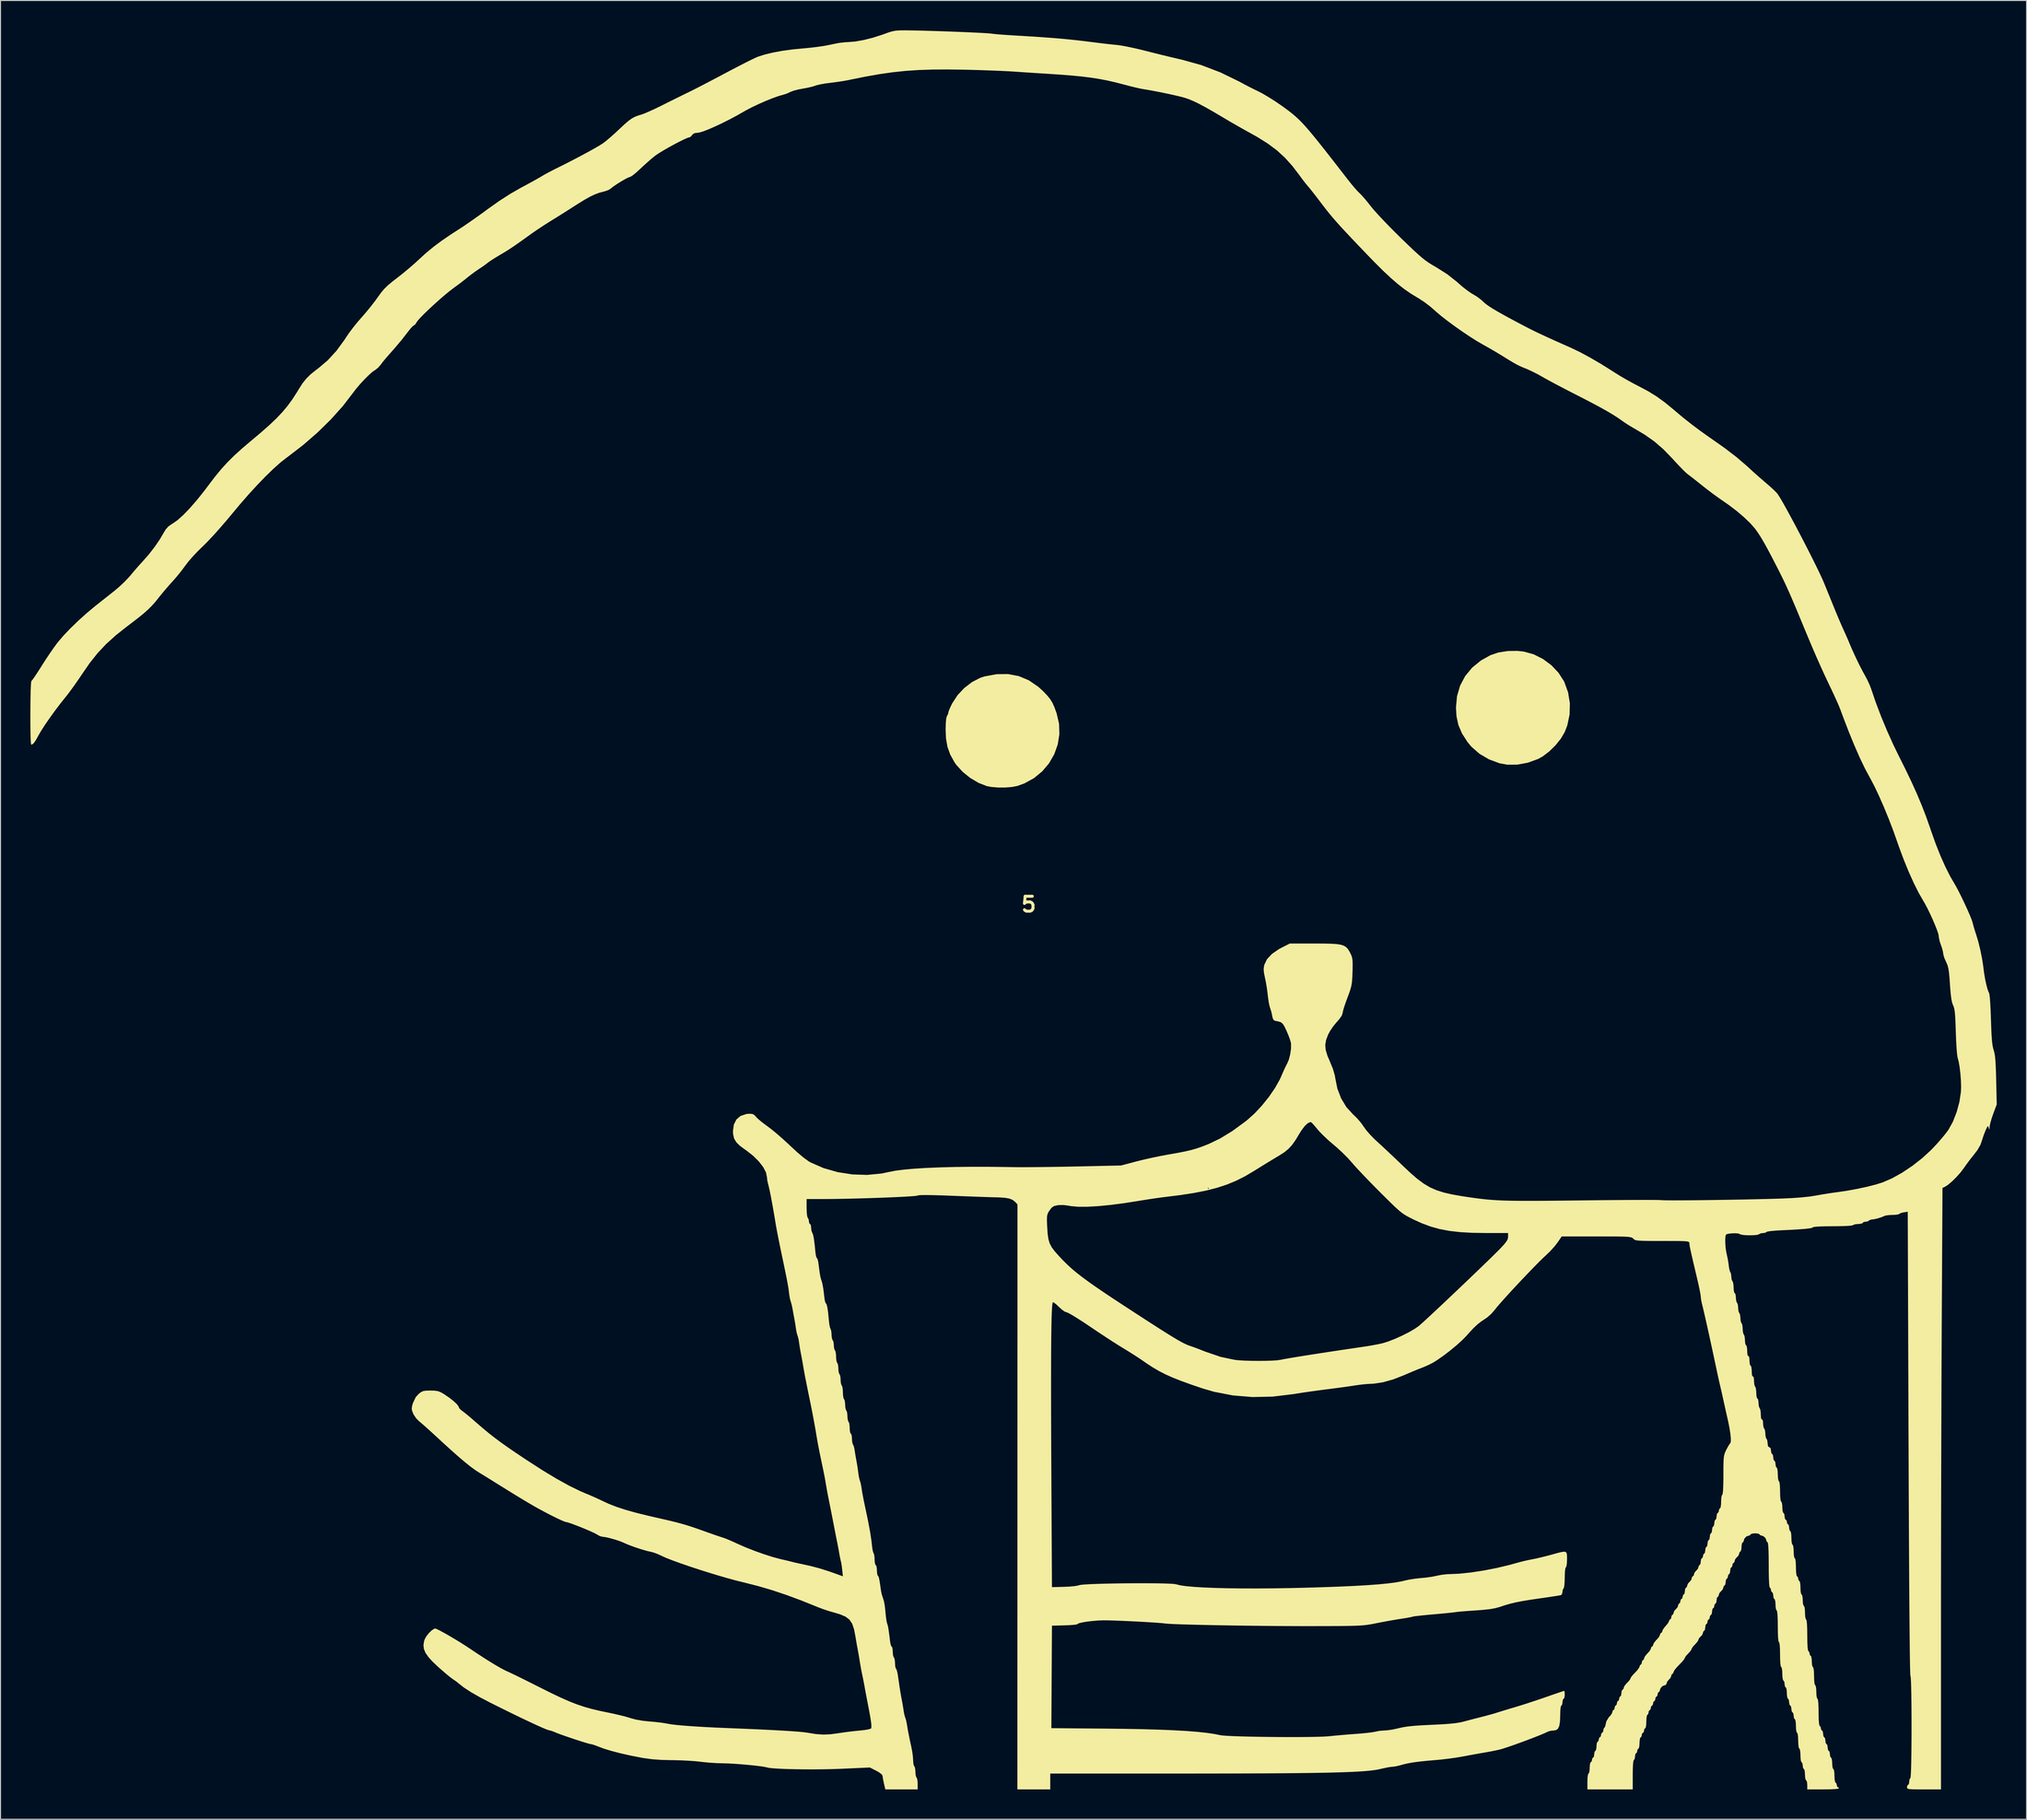
<source format=kicad_pcb>
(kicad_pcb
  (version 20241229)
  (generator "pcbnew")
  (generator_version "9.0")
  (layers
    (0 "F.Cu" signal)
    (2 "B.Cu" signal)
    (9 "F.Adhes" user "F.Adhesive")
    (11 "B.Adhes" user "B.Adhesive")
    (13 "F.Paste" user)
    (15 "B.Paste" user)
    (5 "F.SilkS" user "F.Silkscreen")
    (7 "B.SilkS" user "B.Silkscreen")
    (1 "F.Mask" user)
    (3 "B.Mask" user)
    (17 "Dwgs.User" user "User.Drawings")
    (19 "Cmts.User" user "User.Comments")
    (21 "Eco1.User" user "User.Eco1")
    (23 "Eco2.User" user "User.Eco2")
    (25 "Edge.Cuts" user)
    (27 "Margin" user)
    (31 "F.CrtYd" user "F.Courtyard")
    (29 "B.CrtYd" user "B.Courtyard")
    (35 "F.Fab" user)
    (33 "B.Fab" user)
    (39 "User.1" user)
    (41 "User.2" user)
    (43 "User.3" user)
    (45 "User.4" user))
  (footprint "5"
    (layer "F.Cu")
    (at 100.347 87.862)
    (property "Reference" "5" (at 0 0 0) (layer "F.SilkS") (effects (font (size 1.5 1.5) (thickness 0.3))))
    (attr board_only exclude_from_pos_files exclude_from_bom)
    (fp_poly (pts (xy 49.775 -25.413) (xy 50.749 -25.141) (xy 51.682 -24.674) (xy 52.53 -24.045) (xy 53.25 -23.285) (xy 53.799 -22.427) (xy 53.832 -22.361) (xy 54.212 -21.316) (xy 54.389 -20.211) (xy 54.362 -19.09) (xy 54.132 -17.998) (xy 53.875 -17.329) (xy 53.487 -16.668) (xy 52.952 -16.002) (xy 52.327 -15.388) (xy 51.672 -14.887) (xy 51.201 -14.623) (xy 50.161 -14.245) (xy 49.112 -14.052) (xy 48.098 -14.047) (xy 47.338 -14.183) (xy 46.264 -14.581) (xy 45.305 -15.144) (xy 44.493 -15.852) (xy 44.096 -16.33) (xy 43.549 -17.185) (xy 43.189 -18.021) (xy 42.995 -18.904) (xy 42.942 -19.785) (xy 43.047 -20.933) (xy 43.358 -21.993) (xy 43.867 -22.953) (xy 44.565 -23.798) (xy 45.443 -24.516) (xy 46.415 -25.058) (xy 47.221 -25.328) (xy 48.148 -25.473) (xy 49.122 -25.485)) (stroke (width 0) (type solid)) (fill yes) (layer "F.SilkS"))
    (fp_poly (pts (xy -0.989 -22.947) (xy 0.017 -22.524) (xy 0.953 -21.884) (xy 1.393 -21.485) (xy 1.83 -21.036) (xy 2.146 -20.652) (xy 2.387 -20.26) (xy 2.596 -19.789) (xy 2.805 -19.208) (xy 3.049 -18.155) (xy 3.081 -17.101) (xy 2.914 -16.07) (xy 2.562 -15.089) (xy 2.039 -14.183) (xy 1.358 -13.378) (xy 0.534 -12.699) (xy -0.42 -12.171) (xy -1.131 -11.913) (xy -1.681 -11.806) (xy -2.361 -11.753) (xy -3.081 -11.752) (xy -3.75 -11.806) (xy -4.214 -11.895) (xy -5.056 -12.224) (xy -5.892 -12.723) (xy -6.655 -13.341) (xy -7.281 -14.032) (xy -7.464 -14.294) (xy -7.89 -15.066) (xy -8.167 -15.836) (xy -8.315 -16.676) (xy -8.352 -17.577) (xy -8.337 -18.177) (xy -8.3 -18.625) (xy -8.244 -18.889) (xy -8.216 -18.938) (xy -8.101 -19.161) (xy -8.087 -19.262) (xy -8.036 -19.452) (xy -7.902 -19.776) (xy -7.711 -20.17) (xy -7.677 -20.235) (xy -7.146 -21.044) (xy -6.467 -21.765) (xy -5.69 -22.358) (xy -4.861 -22.783) (xy -4.442 -22.921) (xy -3.218 -23.145) (xy -2.068 -23.154)) (stroke (width 0) (type solid)) (fill yes) (layer "F.SilkS"))
    (fp_poly (pts (xy -12.13 -87.859) (xy -11.47 -87.849) (xy -10.695 -87.831) (xy -9.837 -87.806) (xy -8.929 -87.778) (xy -8.002 -87.745) (xy -7.09 -87.71) (xy -6.225 -87.675) (xy -5.438 -87.639) (xy -4.763 -87.605) (xy -4.231 -87.574) (xy -3.875 -87.547) (xy -3.76 -87.533) (xy -3.481 -87.499) (xy -3.029 -87.457) (xy -2.462 -87.413) (xy -1.832 -87.37) (xy -1.622 -87.358) (xy -0.273 -87.277) (xy 0.888 -87.203) (xy 1.901 -87.132) (xy 2.805 -87.062) (xy 3.64 -86.988) (xy 4.446 -86.907) (xy 5.261 -86.816) (xy 6.126 -86.711) (xy 6.834 -86.621) (xy 7.452 -86.544) (xy 8.098 -86.471) (xy 8.67 -86.411) (xy 8.884 -86.391) (xy 9.284 -86.337) (xy 9.846 -86.233) (xy 10.513 -86.093) (xy 11.228 -85.928) (xy 11.732 -85.802) (xy 12.539 -85.597) (xy 13.427 -85.378) (xy 14.309 -85.165) (xy 15.097 -84.979) (xy 15.403 -84.909) (xy 17.336 -84.371) (xy 19.269 -83.634) (xy 21.144 -82.72) (xy 21.165 -82.709) (xy 21.695 -82.424) (xy 22.207 -82.157) (xy 22.636 -81.94) (xy 22.894 -81.818) (xy 23.418 -81.553) (xy 24.061 -81.179) (xy 24.766 -80.733) (xy 25.476 -80.249) (xy 26.134 -79.765) (xy 26.389 -79.565) (xy 26.677 -79.328) (xy 26.955 -79.083) (xy 27.237 -78.815) (xy 27.537 -78.506) (xy 27.869 -78.142) (xy 28.246 -77.705) (xy 28.681 -77.181) (xy 29.188 -76.553) (xy 29.782 -75.805) (xy 30.474 -74.922) (xy 31.279 -73.886) (xy 32.053 -72.887) (xy 32.418 -72.428) (xy 32.768 -72.01) (xy 33.063 -71.682) (xy 33.244 -71.503) (xy 33.457 -71.291) (xy 33.76 -70.949) (xy 34.108 -70.528) (xy 34.365 -70.2) (xy 34.66 -69.843) (xy 35.089 -69.363) (xy 35.62 -68.794) (xy 36.222 -68.169) (xy 36.862 -67.523) (xy 37.424 -66.97) (xy 38.119 -66.299) (xy 38.682 -65.764) (xy 39.142 -65.341) (xy 39.528 -65.007) (xy 39.87 -64.737) (xy 40.197 -64.506) (xy 40.538 -64.291) (xy 40.922 -64.068) (xy 40.965 -64.044) (xy 42.068 -63.346) (xy 43.035 -62.582) (xy 43.147 -62.481) (xy 43.594 -62.092) (xy 44.053 -61.731) (xy 44.458 -61.449) (xy 44.659 -61.331) (xy 45.082 -61.075) (xy 45.494 -60.759) (xy 45.658 -60.606) (xy 45.877 -60.407) (xy 46.182 -60.18) (xy 46.593 -59.913) (xy 47.131 -59.593) (xy 47.815 -59.208) (xy 48.665 -58.747) (xy 49.605 -58.249) (xy 50.086 -57.998) (xy 50.547 -57.764) (xy 51.024 -57.53) (xy 51.55 -57.281) (xy 52.158 -57) (xy 52.881 -56.672) (xy 53.754 -56.282) (xy 54.559 -55.924) (xy 55.441 -55.499) (xy 56.453 -54.952) (xy 57.55 -54.31) (xy 58.686 -53.597) (xy 58.87 -53.477) (xy 59.428 -53.13) (xy 60.102 -52.738) (xy 60.801 -52.353) (xy 61.352 -52.068) (xy 62.277 -51.576) (xy 63.118 -51.055) (xy 63.942 -50.458) (xy 64.82 -49.737) (xy 65.038 -49.549) (xy 65.773 -48.932) (xy 66.629 -48.256) (xy 67.532 -47.579) (xy 68.408 -46.957) (xy 68.569 -46.847) (xy 69.956 -45.872) (xy 71.156 -44.95) (xy 72.156 -44.093) (xy 72.287 -43.972) (xy 72.796 -43.505) (xy 73.378 -42.987) (xy 73.934 -42.506) (xy 74.112 -42.356) (xy 74.528 -41.995) (xy 74.9 -41.65) (xy 75.178 -41.367) (xy 75.284 -41.24) (xy 75.491 -40.917) (xy 75.783 -40.421) (xy 76.142 -39.781) (xy 76.554 -39.028) (xy 77.002 -38.192) (xy 77.47 -37.305) (xy 77.943 -36.395) (xy 78.404 -35.495) (xy 78.838 -34.635) (xy 79.228 -33.845) (xy 79.559 -33.155) (xy 79.815 -32.597) (xy 79.921 -32.348) (xy 80.121 -31.86) (xy 80.374 -31.239) (xy 80.649 -30.564) (xy 80.913 -29.913) (xy 80.923 -29.888) (xy 81.18 -29.263) (xy 81.445 -28.634) (xy 81.688 -28.07) (xy 81.879 -27.642) (xy 81.893 -27.61) (xy 82.108 -27.139) (xy 82.315 -26.669) (xy 82.465 -26.311) (xy 82.759 -25.62) (xy 83.111 -24.851) (xy 83.483 -24.084) (xy 83.837 -23.399) (xy 84.038 -23.038) (xy 84.291 -22.561) (xy 84.524 -22.055) (xy 84.682 -21.641) (xy 85.128 -20.329) (xy 85.668 -18.908) (xy 86.27 -17.457) (xy 86.899 -16.058) (xy 87.397 -15.035) (xy 88.117 -13.592) (xy 88.737 -12.299) (xy 89.273 -11.11) (xy 89.747 -9.983) (xy 90.177 -8.873) (xy 90.581 -7.735) (xy 90.707 -7.363) (xy 91.155 -6.103) (xy 91.636 -4.895) (xy 92.131 -3.784) (xy 92.62 -2.816) (xy 92.996 -2.171) (xy 93.214 -1.795) (xy 93.481 -1.29) (xy 93.774 -0.702) (xy 94.073 -0.078) (xy 94.353 0.534) (xy 94.594 1.087) (xy 94.774 1.534) (xy 94.869 1.827) (xy 94.87 1.829) (xy 94.973 2.225) (xy 95.118 2.706) (xy 95.222 3.018) (xy 95.438 3.732) (xy 95.645 4.572) (xy 95.82 5.439) (xy 95.94 6.232) (xy 95.957 6.378) (xy 96.029 6.932) (xy 96.128 7.505) (xy 96.242 8.042) (xy 96.36 8.489) (xy 96.468 8.791) (xy 96.513 8.869) (xy 96.56 9.038) (xy 96.605 9.416) (xy 96.646 9.981) (xy 96.683 10.716) (xy 96.713 11.546) (xy 96.744 12.456) (xy 96.778 13.17) (xy 96.819 13.719) (xy 96.868 14.135) (xy 96.93 14.449) (xy 96.985 14.636) (xy 97.057 14.892) (xy 97.114 15.216) (xy 97.158 15.643) (xy 97.192 16.206) (xy 97.22 16.937) (xy 97.238 17.655) (xy 97.294 20.104) (xy 96.941 21.051) (xy 96.778 21.527) (xy 96.652 21.965) (xy 96.583 22.291) (xy 96.577 22.361) (xy 96.565 22.59) (xy 96.539 22.607) (xy 96.487 22.443) (xy 96.435 22.3) (xy 96.376 22.301) (xy 96.281 22.469) (xy 96.166 22.728) (xy 96.009 23.123) (xy 95.882 23.491) (xy 95.841 23.635) (xy 95.66 24.16) (xy 95.356 24.69) (xy 94.942 25.229) (xy 94.616 25.638) (xy 94.256 26.122) (xy 93.996 26.493) (xy 93.662 26.934) (xy 93.255 27.393) (xy 92.824 27.821) (xy 92.42 28.166) (xy 92.095 28.379) (xy 92.08 28.386) (xy 91.842 28.495) (xy 91.766 42.41) (xy 91.757 44.352) (xy 91.747 46.49) (xy 91.738 48.791) (xy 91.73 51.222) (xy 91.722 53.752) (xy 91.715 56.349) (xy 91.708 58.978) (xy 91.703 61.609) (xy 91.698 64.21) (xy 91.695 66.746) (xy 91.692 69.187) (xy 91.691 71.5) (xy 91.691 72.641) (xy 91.691 88.957) (xy 89.982 88.957) (xy 89.325 88.955) (xy 88.863 88.948) (xy 88.56 88.93) (xy 88.384 88.897) (xy 88.3 88.844) (xy 88.275 88.768) (xy 88.274 88.729) (xy 88.321 88.544) (xy 88.387 88.501) (xy 88.467 88.402) (xy 88.501 88.164) (xy 88.501 88.16) (xy 88.534 87.92) (xy 88.614 87.818) (xy 88.615 87.818) (xy 88.641 87.709) (xy 88.664 87.399) (xy 88.684 86.918) (xy 88.7 86.291) (xy 88.713 85.548) (xy 88.723 84.715) (xy 88.729 83.821) (xy 88.732 82.892) (xy 88.731 81.958) (xy 88.727 81.045) (xy 88.72 80.181) (xy 88.709 79.395) (xy 88.695 78.712) (xy 88.677 78.162) (xy 88.656 77.772) (xy 88.631 77.57) (xy 88.621 77.548) (xy 88.607 77.43) (xy 88.593 77.089) (xy 88.58 76.53) (xy 88.566 75.758) (xy 88.553 74.778) (xy 88.54 73.594) (xy 88.527 72.211) (xy 88.514 70.635) (xy 88.501 68.869) (xy 88.489 66.92) (xy 88.477 64.791) (xy 88.465 62.488) (xy 88.454 60.015) (xy 88.443 57.378) (xy 88.433 54.581) (xy 88.431 54.199) (xy 88.351 30.888) (xy 87.942 30.952) (xy 87.663 31.019) (xy 87.504 31.099) (xy 87.495 31.113) (xy 87.37 31.166) (xy 87.088 31.201) (xy 86.839 31.209) (xy 86.452 31.227) (xy 86.138 31.272) (xy 86.022 31.309) (xy 85.669 31.454) (xy 85.256 31.58) (xy 84.89 31.655) (xy 84.77 31.665) (xy 84.543 31.713) (xy 84.458 31.778) (xy 84.301 31.867) (xy 84.109 31.892) (xy 83.899 31.932) (xy 83.831 32.006) (xy 83.73 32.078) (xy 83.479 32.118) (xy 83.383 32.12) (xy 83.079 32.147) (xy 82.885 32.212) (xy 82.863 32.234) (xy 82.725 32.276) (xy 82.385 32.31) (xy 81.866 32.334) (xy 81.195 32.346) (xy 80.806 32.348) (xy 80.131 32.354) (xy 79.563 32.37) (xy 79.135 32.394) (xy 78.879 32.426) (xy 78.82 32.453) (xy 78.739 32.508) (xy 78.488 32.56) (xy 78.055 32.61) (xy 77.43 32.659) (xy 76.599 32.708) (xy 75.602 32.757) (xy 75.057 32.789) (xy 74.605 32.83) (xy 74.289 32.876) (xy 74.152 32.92) (xy 74.15 32.927) (xy 74.051 33.001) (xy 73.815 33.031) (xy 73.552 33.067) (xy 73.409 33.145) (xy 73.263 33.206) (xy 72.959 33.243) (xy 72.565 33.258) (xy 72.15 33.251) (xy 71.783 33.222) (xy 71.532 33.173) (xy 71.465 33.132) (xy 71.32 33.075) (xy 71.032 33.053) (xy 70.682 33.061) (xy 70.353 33.098) (xy 70.125 33.159) (xy 70.085 33.186) (xy 70.029 33.361) (xy 70.006 33.696) (xy 70.015 34.125) (xy 70.053 34.582) (xy 70.119 35.002) (xy 70.151 35.139) (xy 70.256 35.617) (xy 70.339 36.128) (xy 70.356 36.278) (xy 70.408 36.629) (xy 70.477 36.886) (xy 70.515 36.955) (xy 70.588 37.137) (xy 70.619 37.425) (xy 70.619 37.433) (xy 70.651 37.708) (xy 70.728 37.869) (xy 70.733 37.872) (xy 70.799 38.018) (xy 70.84 38.311) (xy 70.847 38.505) (xy 70.867 38.828) (xy 70.92 39.032) (xy 70.961 39.068) (xy 71.032 39.169) (xy 71.072 39.421) (xy 71.074 39.517) (xy 71.101 39.82) (xy 71.167 40.015) (xy 71.188 40.036) (xy 71.262 40.186) (xy 71.3 40.468) (xy 71.302 40.549) (xy 71.329 40.85) (xy 71.396 41.042) (xy 71.416 41.061) (xy 71.489 41.211) (xy 71.528 41.494) (xy 71.53 41.574) (xy 71.557 41.875) (xy 71.624 42.067) (xy 71.644 42.087) (xy 71.714 42.234) (xy 71.754 42.522) (xy 71.758 42.656) (xy 71.782 42.976) (xy 71.842 43.189) (xy 71.872 43.226) (xy 71.941 43.373) (xy 71.981 43.662) (xy 71.986 43.802) (xy 72.009 44.105) (xy 72.066 44.286) (xy 72.1 44.308) (xy 72.164 44.41) (xy 72.205 44.673) (xy 72.213 44.884) (xy 72.233 45.227) (xy 72.288 45.387) (xy 72.327 45.39) (xy 72.4 45.444) (xy 72.438 45.691) (xy 72.441 45.839) (xy 72.464 46.147) (xy 72.52 46.333) (xy 72.555 46.358) (xy 72.62 46.46) (xy 72.661 46.723) (xy 72.669 46.934) (xy 72.689 47.277) (xy 72.744 47.438) (xy 72.783 47.44) (xy 72.856 47.494) (xy 72.893 47.741) (xy 72.897 47.882) (xy 72.92 48.206) (xy 72.979 48.425) (xy 73.011 48.465) (xy 73.077 48.611) (xy 73.118 48.904) (xy 73.125 49.098) (xy 73.145 49.421) (xy 73.198 49.624) (xy 73.239 49.661) (xy 73.31 49.762) (xy 73.35 50.014) (xy 73.352 50.11) (xy 73.379 50.413) (xy 73.445 50.608) (xy 73.466 50.629) (xy 73.532 50.775) (xy 73.573 51.069) (xy 73.58 51.269) (xy 73.6 51.609) (xy 73.656 51.767) (xy 73.694 51.768) (xy 73.769 51.819) (xy 73.806 52.059) (xy 73.808 52.153) (xy 73.834 52.459) (xy 73.899 52.656) (xy 73.922 52.679) (xy 73.995 52.829) (xy 74.034 53.111) (xy 74.036 53.192) (xy 74.063 53.493) (xy 74.129 53.685) (xy 74.15 53.704) (xy 74.227 53.856) (xy 74.263 54.132) (xy 74.264 54.167) (xy 74.302 54.459) (xy 74.424 54.558) (xy 74.435 54.559) (xy 74.57 54.661) (xy 74.605 54.9) (xy 74.638 55.14) (xy 74.718 55.242) (xy 74.719 55.242) (xy 74.799 55.341) (xy 74.833 55.58) (xy 74.833 55.584) (xy 74.866 55.824) (xy 74.946 55.926) (xy 74.947 55.926) (xy 75.027 56.025) (xy 75.061 56.263) (xy 75.061 56.267) (xy 75.094 56.507) (xy 75.173 56.609) (xy 75.175 56.609) (xy 75.236 56.713) (xy 75.277 56.984) (xy 75.289 57.292) (xy 75.306 57.656) (xy 75.351 57.903) (xy 75.403 57.976) (xy 75.457 58.083) (xy 75.496 58.381) (xy 75.515 58.831) (xy 75.517 59.001) (xy 75.529 59.492) (xy 75.562 59.842) (xy 75.612 60.015) (xy 75.63 60.026) (xy 75.695 60.128) (xy 75.737 60.39) (xy 75.744 60.596) (xy 75.765 60.92) (xy 75.817 61.127) (xy 75.858 61.165) (xy 75.938 61.264) (xy 75.972 61.502) (xy 75.972 61.507) (xy 76.005 61.747) (xy 76.085 61.848) (xy 76.086 61.848) (xy 76.179 61.944) (xy 76.2 62.076) (xy 76.248 62.261) (xy 76.314 62.304) (xy 76.394 62.403) (xy 76.428 62.641) (xy 76.428 62.646) (xy 76.461 62.886) (xy 76.54 62.987) (xy 76.542 62.987) (xy 76.602 63.091) (xy 76.644 63.362) (xy 76.656 63.671) (xy 76.673 64.035) (xy 76.718 64.282) (xy 76.77 64.354) (xy 76.83 64.458) (xy 76.871 64.729) (xy 76.883 65.038) (xy 76.901 65.402) (xy 76.946 65.648) (xy 76.997 65.721) (xy 77.054 65.828) (xy 77.093 66.119) (xy 77.111 66.551) (xy 77.111 66.632) (xy 77.125 67.084) (xy 77.161 67.401) (xy 77.215 67.54) (xy 77.225 67.543) (xy 77.318 67.639) (xy 77.339 67.771) (xy 77.387 67.956) (xy 77.453 67.999) (xy 77.514 68.103) (xy 77.555 68.374) (xy 77.567 68.683) (xy 77.584 69.047) (xy 77.629 69.293) (xy 77.681 69.366) (xy 77.746 69.468) (xy 77.787 69.73) (xy 77.795 69.935) (xy 77.815 70.26) (xy 77.867 70.466) (xy 77.909 70.505) (xy 77.969 70.609) (xy 78.01 70.88) (xy 78.022 71.188) (xy 78.04 71.552) (xy 78.085 71.799) (xy 78.136 71.872) (xy 78.184 71.982) (xy 78.22 72.298) (xy 78.242 72.8) (xy 78.25 73.465) (xy 78.25 73.466) (xy 78.258 74.132) (xy 78.281 74.633) (xy 78.317 74.95) (xy 78.364 75.061) (xy 78.364 75.061) (xy 78.457 75.156) (xy 78.478 75.289) (xy 78.526 75.474) (xy 78.592 75.517) (xy 78.657 75.619) (xy 78.698 75.881) (xy 78.706 76.086) (xy 78.726 76.411) (xy 78.779 76.617) (xy 78.82 76.656) (xy 78.876 76.762) (xy 78.916 77.053) (xy 78.933 77.485) (xy 78.934 77.567) (xy 78.947 78.018) (xy 78.983 78.335) (xy 79.037 78.475) (xy 79.048 78.478) (xy 79.108 78.582) (xy 79.149 78.853) (xy 79.161 79.161) (xy 79.179 79.525) (xy 79.224 79.772) (xy 79.275 79.845) (xy 79.325 79.954) (xy 79.362 80.265) (xy 79.384 80.752) (xy 79.389 81.212) (xy 79.398 81.812) (xy 79.424 82.256) (xy 79.465 82.517) (xy 79.503 82.578) (xy 79.596 82.674) (xy 79.617 82.806) (xy 79.665 82.991) (xy 79.731 83.034) (xy 79.811 83.133) (xy 79.845 83.372) (xy 79.845 83.376) (xy 79.878 83.616) (xy 79.957 83.717) (xy 79.959 83.717) (xy 80.039 83.816) (xy 80.073 84.055) (xy 80.073 84.059) (xy 80.106 84.299) (xy 80.185 84.401) (xy 80.187 84.401) (xy 80.267 84.5) (xy 80.3 84.738) (xy 80.3 84.743) (xy 80.333 84.983) (xy 80.413 85.084) (xy 80.414 85.084) (xy 80.494 85.183) (xy 80.528 85.422) (xy 80.528 85.426) (xy 80.561 85.666) (xy 80.641 85.768) (xy 80.642 85.768) (xy 80.707 85.87) (xy 80.748 86.132) (xy 80.756 86.337) (xy 80.777 86.662) (xy 80.829 86.868) (xy 80.87 86.907) (xy 80.931 87.01) (xy 80.972 87.282) (xy 80.984 87.59) (xy 81.001 87.954) (xy 81.046 88.201) (xy 81.098 88.274) (xy 81.19 88.369) (xy 81.212 88.501) (xy 81.259 88.686) (xy 81.326 88.729) (xy 81.436 88.816) (xy 81.439 88.843) (xy 81.329 88.891) (xy 81.013 88.926) (xy 80.511 88.949) (xy 79.846 88.957) (xy 79.845 88.957) (xy 78.25 88.957) (xy 78.25 88.501) (xy 78.225 88.216) (xy 78.162 88.057) (xy 78.136 88.046) (xy 78.071 87.943) (xy 78.03 87.681) (xy 78.022 87.476) (xy 78.002 87.151) (xy 77.95 86.945) (xy 77.909 86.907) (xy 77.829 86.808) (xy 77.795 86.569) (xy 77.795 86.565) (xy 77.762 86.325) (xy 77.682 86.223) (xy 77.681 86.223) (xy 77.62 86.12) (xy 77.579 85.849) (xy 77.567 85.54) (xy 77.55 85.176) (xy 77.504 84.929) (xy 77.453 84.857) (xy 77.394 84.751) (xy 77.354 84.469) (xy 77.339 84.06) (xy 77.339 84.059) (xy 77.324 83.65) (xy 77.284 83.368) (xy 77.225 83.262) (xy 77.225 83.262) (xy 77.164 83.158) (xy 77.123 82.887) (xy 77.111 82.578) (xy 77.094 82.214) (xy 77.049 81.968) (xy 76.997 81.895) (xy 76.917 81.796) (xy 76.883 81.558) (xy 76.883 81.553) (xy 76.85 81.313) (xy 76.771 81.212) (xy 76.77 81.212) (xy 76.69 81.113) (xy 76.656 80.874) (xy 76.656 80.87) (xy 76.623 80.63) (xy 76.543 80.528) (xy 76.542 80.528) (xy 76.462 80.429) (xy 76.428 80.191) (xy 76.428 80.187) (xy 76.395 79.947) (xy 76.315 79.845) (xy 76.314 79.845) (xy 76.249 79.742) (xy 76.208 79.48) (xy 76.2 79.275) (xy 76.18 78.95) (xy 76.127 78.744) (xy 76.086 78.706) (xy 76.006 78.607) (xy 75.972 78.368) (xy 75.972 78.364) (xy 75.939 78.124) (xy 75.86 78.022) (xy 75.858 78.022) (xy 75.798 77.919) (xy 75.756 77.648) (xy 75.744 77.339) (xy 75.727 76.975) (xy 75.682 76.728) (xy 75.63 76.656) (xy 75.579 76.547) (xy 75.541 76.239) (xy 75.52 75.763) (xy 75.517 75.403) (xy 75.507 74.837) (xy 75.479 74.424) (xy 75.435 74.191) (xy 75.403 74.15) (xy 75.355 74.04) (xy 75.319 73.723) (xy 75.297 73.222) (xy 75.289 72.557) (xy 75.289 72.555) (xy 75.281 71.89) (xy 75.258 71.388) (xy 75.222 71.071) (xy 75.175 70.961) (xy 75.175 70.961) (xy 75.11 70.858) (xy 75.069 70.596) (xy 75.061 70.391) (xy 75.04 70.066) (xy 74.988 69.86) (xy 74.947 69.822) (xy 74.867 69.723) (xy 74.833 69.484) (xy 74.833 69.48) (xy 74.8 69.24) (xy 74.721 69.138) (xy 74.719 69.138) (xy 74.627 69.043) (xy 74.605 68.91) (xy 74.558 68.725) (xy 74.491 68.683) (xy 74.45 68.571) (xy 74.417 68.245) (xy 74.393 67.718) (xy 74.38 67.002) (xy 74.378 66.404) (xy 74.372 65.567) (xy 74.356 64.908) (xy 74.329 64.442) (xy 74.294 64.18) (xy 74.264 64.126) (xy 74.164 64.034) (xy 74.15 63.947) (xy 74.053 63.69) (xy 73.829 63.493) (xy 73.645 63.443) (xy 73.489 63.384) (xy 73.466 63.329) (xy 73.365 63.258) (xy 73.113 63.218) (xy 73.011 63.215) (xy 72.725 63.241) (xy 72.567 63.304) (xy 72.555 63.329) (xy 72.462 63.429) (xy 72.376 63.443) (xy 72.119 63.539) (xy 71.922 63.764) (xy 71.872 63.947) (xy 71.813 64.104) (xy 71.758 64.126) (xy 71.687 64.228) (xy 71.647 64.48) (xy 71.644 64.582) (xy 71.619 64.867) (xy 71.556 65.026) (xy 71.53 65.038) (xy 71.434 65.132) (xy 71.416 65.24) (xy 71.33 65.461) (xy 71.188 65.607) (xy 71.01 65.812) (xy 70.961 65.974) (xy 70.908 66.145) (xy 70.847 66.177) (xy 70.754 66.272) (xy 70.733 66.404) (xy 70.685 66.59) (xy 70.619 66.632) (xy 70.539 66.731) (xy 70.505 66.97) (xy 70.505 66.974) (xy 70.472 67.214) (xy 70.392 67.316) (xy 70.391 67.316) (xy 70.298 67.411) (xy 70.277 67.543) (xy 70.229 67.729) (xy 70.163 67.771) (xy 70.083 67.87) (xy 70.049 68.109) (xy 70.049 68.113) (xy 70.016 68.353) (xy 69.937 68.455) (xy 69.935 68.455) (xy 69.839 68.549) (xy 69.822 68.657) (xy 69.736 68.878) (xy 69.594 69.024) (xy 69.416 69.229) (xy 69.366 69.391) (xy 69.313 69.562) (xy 69.252 69.594) (xy 69.172 69.693) (xy 69.138 69.931) (xy 69.138 69.935) (xy 69.105 70.175) (xy 69.026 70.277) (xy 69.024 70.277) (xy 68.932 70.373) (xy 68.91 70.505) (xy 68.863 70.69) (xy 68.796 70.733) (xy 68.716 70.832) (xy 68.683 71.07) (xy 68.683 71.074) (xy 68.65 71.314) (xy 68.57 71.416) (xy 68.569 71.416) (xy 68.476 71.512) (xy 68.455 71.644) (xy 68.407 71.829) (xy 68.341 71.872) (xy 68.248 71.967) (xy 68.227 72.1) (xy 68.179 72.285) (xy 68.113 72.327) (xy 68.033 72.426) (xy 67.999 72.665) (xy 67.999 72.669) (xy 67.966 72.909) (xy 67.887 73.011) (xy 67.885 73.011) (xy 67.789 73.105) (xy 67.771 73.213) (xy 67.685 73.434) (xy 67.543 73.58) (xy 67.367 73.766) (xy 67.316 73.901) (xy 67.238 74.073) (xy 67.045 74.308) (xy 66.974 74.378) (xy 66.758 74.61) (xy 66.64 74.797) (xy 66.632 74.833) (xy 66.555 74.991) (xy 66.363 75.218) (xy 66.291 75.289) (xy 66.075 75.52) (xy 65.957 75.705) (xy 65.949 75.741) (xy 65.872 75.881) (xy 65.671 76.125) (xy 65.389 76.419) (xy 65.379 76.428) (xy 65.094 76.73) (xy 64.89 76.992) (xy 64.81 77.159) (xy 64.81 77.161) (xy 64.751 77.317) (xy 64.696 77.339) (xy 64.6 77.433) (xy 64.582 77.542) (xy 64.496 77.762) (xy 64.354 77.909) (xy 64.176 78.113) (xy 64.126 78.275) (xy 64.044 78.446) (xy 63.947 78.478) (xy 63.69 78.574) (xy 63.493 78.799) (xy 63.443 78.982) (xy 63.384 79.139) (xy 63.329 79.161) (xy 63.237 79.257) (xy 63.215 79.389) (xy 63.168 79.574) (xy 63.101 79.617) (xy 63.009 79.712) (xy 62.987 79.845) (xy 62.94 80.03) (xy 62.874 80.073) (xy 62.781 80.168) (xy 62.76 80.3) (xy 62.712 80.486) (xy 62.646 80.528) (xy 62.553 80.624) (xy 62.532 80.756) (xy 62.484 80.941) (xy 62.418 80.984) (xy 62.325 81.079) (xy 62.304 81.212) (xy 62.256 81.397) (xy 62.19 81.439) (xy 62.129 81.543) (xy 62.088 81.814) (xy 62.076 82.123) (xy 62.059 82.487) (xy 62.014 82.734) (xy 61.962 82.806) (xy 61.87 82.902) (xy 61.848 83.034) (xy 61.801 83.219) (xy 61.735 83.262) (xy 61.642 83.357) (xy 61.621 83.49) (xy 61.573 83.675) (xy 61.507 83.717) (xy 61.442 83.82) (xy 61.401 84.082) (xy 61.393 84.287) (xy 61.372 84.612) (xy 61.32 84.818) (xy 61.279 84.857) (xy 61.186 84.952) (xy 61.165 85.084) (xy 61.117 85.269) (xy 61.051 85.312) (xy 60.971 85.411) (xy 60.937 85.65) (xy 60.937 85.654) (xy 60.904 85.894) (xy 60.825 85.995) (xy 60.823 85.996) (xy 60.775 86.105) (xy 60.738 86.419) (xy 60.716 86.914) (xy 60.709 87.476) (xy 60.709 88.957) (xy 58.431 88.957) (xy 56.153 88.957) (xy 56.153 88.16) (xy 56.168 87.751) (xy 56.209 87.468) (xy 56.267 87.362) (xy 56.267 87.362) (xy 56.332 87.26) (xy 56.373 86.998) (xy 56.381 86.793) (xy 56.402 86.468) (xy 56.454 86.262) (xy 56.495 86.223) (xy 56.588 86.128) (xy 56.609 85.996) (xy 56.657 85.81) (xy 56.723 85.768) (xy 56.803 85.669) (xy 56.837 85.43) (xy 56.837 85.426) (xy 56.87 85.186) (xy 56.949 85.084) (xy 56.951 85.084) (xy 57.022 84.983) (xy 57.062 84.731) (xy 57.065 84.629) (xy 57.09 84.343) (xy 57.153 84.185) (xy 57.178 84.173) (xy 57.271 84.078) (xy 57.292 83.945) (xy 57.34 83.76) (xy 57.406 83.717) (xy 57.499 83.622) (xy 57.52 83.49) (xy 57.568 83.305) (xy 57.634 83.262) (xy 57.728 83.167) (xy 57.748 83.041) (xy 57.8 82.823) (xy 57.862 82.749) (xy 57.957 82.589) (xy 57.976 82.456) (xy 58.064 82.099) (xy 58.295 81.72) (xy 58.46 81.541) (xy 58.618 81.321) (xy 58.659 81.17) (xy 58.716 81.009) (xy 58.773 80.984) (xy 58.866 80.888) (xy 58.887 80.756) (xy 58.935 80.571) (xy 59.001 80.528) (xy 59.093 80.433) (xy 59.115 80.3) (xy 59.162 80.115) (xy 59.229 80.073) (xy 59.321 79.977) (xy 59.343 79.845) (xy 59.39 79.66) (xy 59.457 79.617) (xy 59.536 79.518) (xy 59.57 79.28) (xy 59.57 79.275) (xy 59.603 79.035) (xy 59.683 78.934) (xy 59.684 78.934) (xy 59.784 78.841) (xy 59.798 78.752) (xy 59.876 78.563) (xy 60.071 78.318) (xy 60.14 78.25) (xy 60.356 78.019) (xy 60.474 77.833) (xy 60.482 77.797) (xy 60.558 77.649) (xy 60.756 77.411) (xy 60.937 77.225) (xy 61.191 76.951) (xy 61.356 76.714) (xy 61.393 76.608) (xy 61.452 76.45) (xy 61.507 76.428) (xy 61.599 76.332) (xy 61.621 76.2) (xy 61.668 76.015) (xy 61.735 75.972) (xy 61.834 75.879) (xy 61.848 75.79) (xy 61.927 75.601) (xy 62.121 75.357) (xy 62.19 75.289) (xy 62.407 75.044) (xy 62.525 74.831) (xy 62.532 74.787) (xy 62.59 74.629) (xy 62.646 74.605) (xy 62.745 74.512) (xy 62.76 74.423) (xy 62.838 74.235) (xy 63.033 73.99) (xy 63.101 73.922) (xy 63.318 73.678) (xy 63.436 73.464) (xy 63.443 73.421) (xy 63.501 73.262) (xy 63.557 73.239) (xy 63.658 73.146) (xy 63.671 73.067) (xy 63.745 72.883) (xy 63.93 72.628) (xy 64.013 72.537) (xy 64.224 72.283) (xy 64.344 72.074) (xy 64.354 72.026) (xy 64.422 71.885) (xy 64.468 71.872) (xy 64.561 71.776) (xy 64.582 71.644) (xy 64.63 71.459) (xy 64.696 71.416) (xy 64.792 71.322) (xy 64.81 71.213) (xy 64.896 70.993) (xy 65.038 70.847) (xy 65.216 70.642) (xy 65.265 70.48) (xy 65.318 70.309) (xy 65.379 70.277) (xy 65.472 70.182) (xy 65.493 70.049) (xy 65.541 69.864) (xy 65.607 69.822) (xy 65.7 69.726) (xy 65.721 69.594) (xy 65.769 69.409) (xy 65.835 69.366) (xy 65.915 69.267) (xy 65.949 69.028) (xy 65.949 69.024) (xy 65.982 68.784) (xy 66.061 68.683) (xy 66.063 68.683) (xy 66.159 68.588) (xy 66.177 68.48) (xy 66.263 68.26) (xy 66.404 68.113) (xy 66.582 67.908) (xy 66.632 67.746) (xy 66.685 67.575) (xy 66.746 67.543) (xy 66.842 67.449) (xy 66.86 67.341) (xy 66.946 67.121) (xy 67.088 66.974) (xy 67.266 66.769) (xy 67.316 66.607) (xy 67.369 66.436) (xy 67.43 66.404) (xy 67.51 66.306) (xy 67.543 66.067) (xy 67.543 66.063) (xy 67.576 65.823) (xy 67.656 65.721) (xy 67.657 65.721) (xy 67.75 65.626) (xy 67.771 65.493) (xy 67.819 65.308) (xy 67.885 65.265) (xy 67.965 65.166) (xy 67.999 64.928) (xy 67.999 64.924) (xy 68.032 64.684) (xy 68.112 64.582) (xy 68.113 64.582) (xy 68.193 64.483) (xy 68.227 64.245) (xy 68.227 64.24) (xy 68.26 64) (xy 68.339 63.899) (xy 68.341 63.899) (xy 68.421 63.8) (xy 68.455 63.561) (xy 68.455 63.557) (xy 68.488 63.317) (xy 68.567 63.215) (xy 68.569 63.215) (xy 68.649 63.116) (xy 68.683 62.878) (xy 68.683 62.874) (xy 68.716 62.634) (xy 68.795 62.532) (xy 68.796 62.532) (xy 68.876 62.433) (xy 68.91 62.194) (xy 68.91 62.19) (xy 68.943 61.95) (xy 69.023 61.848) (xy 69.024 61.848) (xy 69.104 61.749) (xy 69.138 61.511) (xy 69.138 61.507) (xy 69.171 61.267) (xy 69.251 61.165) (xy 69.252 61.165) (xy 69.345 61.07) (xy 69.366 60.937) (xy 69.414 60.752) (xy 69.48 60.709) (xy 69.54 60.606) (xy 69.582 60.335) (xy 69.594 60.026) (xy 69.611 59.662) (xy 69.656 59.415) (xy 69.708 59.343) (xy 69.752 59.231) (xy 69.786 58.909) (xy 69.809 58.391) (xy 69.821 57.693) (xy 69.822 57.372) (xy 69.823 56.652) (xy 69.831 56.118) (xy 69.85 55.728) (xy 69.885 55.441) (xy 69.941 55.214) (xy 70.022 55.006) (xy 70.116 54.81) (xy 70.293 54.478) (xy 70.444 54.236) (xy 70.515 54.154) (xy 70.568 54.001) (xy 70.568 53.665) (xy 70.52 53.186) (xy 70.428 52.601) (xy 70.296 51.95) (xy 70.281 51.882) (xy 70.159 51.343) (xy 70.014 50.694) (xy 69.871 50.048) (xy 69.823 49.832) (xy 69.706 49.302) (xy 69.596 48.812) (xy 69.508 48.433) (xy 69.475 48.294) (xy 69.408 48.01) (xy 69.311 47.574) (xy 69.199 47.058) (xy 69.135 46.757) (xy 68.872 45.523) (xy 68.618 44.342) (xy 68.377 43.239) (xy 68.156 42.243) (xy 67.961 41.381) (xy 67.798 40.68) (xy 67.674 40.168) (xy 67.651 40.08) (xy 67.578 39.726) (xy 67.544 39.418) (xy 67.543 39.398) (xy 67.518 39.19) (xy 67.448 38.81) (xy 67.343 38.312) (xy 67.215 37.745) (xy 67.191 37.646) (xy 66.964 36.685) (xy 66.784 35.921) (xy 66.646 35.328) (xy 66.546 34.883) (xy 66.477 34.56) (xy 66.434 34.334) (xy 66.412 34.182) (xy 66.405 34.077) (xy 66.404 34.065) (xy 66.398 33.991) (xy 66.361 33.934) (xy 66.266 33.892) (xy 66.087 33.863) (xy 65.796 33.845) (xy 65.366 33.834) (xy 64.772 33.83) (xy 63.985 33.829) (xy 63.689 33.829) (xy 62.83 33.828) (xy 62.171 33.823) (xy 61.682 33.813) (xy 61.333 33.795) (xy 61.096 33.767) (xy 60.942 33.727) (xy 60.841 33.671) (xy 60.766 33.601) (xy 60.699 33.537) (xy 60.61 33.486) (xy 60.474 33.447) (xy 60.265 33.418) (xy 59.958 33.398) (xy 59.529 33.385) (xy 58.953 33.377) (xy 58.203 33.374) (xy 57.255 33.373) (xy 57.066 33.373) (xy 53.571 33.373) (xy 53.136 34.006) (xy 52.821 34.408) (xy 52.415 34.855) (xy 52.006 35.248) (xy 51.693 35.54) (xy 51.267 35.96) (xy 50.756 36.478) (xy 50.187 37.068) (xy 49.587 37.698) (xy 48.983 38.342) (xy 48.402 38.968) (xy 47.872 39.55) (xy 47.42 40.056) (xy 47.072 40.46) (xy 46.856 40.731) (xy 46.852 40.738) (xy 46.521 41.122) (xy 46.118 41.484) (xy 45.914 41.629) (xy 45.471 41.924) (xy 45.086 42.226) (xy 44.704 42.587) (xy 44.267 43.057) (xy 44.038 43.319) (xy 43.602 43.769) (xy 43.028 44.289) (xy 42.374 44.832) (xy 41.696 45.352) (xy 41.052 45.801) (xy 40.663 46.044) (xy 40.259 46.254) (xy 39.772 46.473) (xy 39.467 46.594) (xy 39.054 46.755) (xy 38.522 46.974) (xy 37.958 47.214) (xy 37.701 47.328) (xy 36.629 47.746) (xy 35.602 48.033) (xy 34.67 48.174) (xy 34.376 48.186) (xy 33.967 48.209) (xy 33.437 48.262) (xy 32.891 48.336) (xy 32.804 48.349) (xy 32.349 48.418) (xy 31.734 48.506) (xy 31.023 48.602) (xy 30.283 48.699) (xy 29.899 48.748) (xy 29.124 48.849) (xy 28.299 48.963) (xy 27.506 49.078) (xy 26.826 49.184) (xy 26.596 49.222) (xy 24.525 49.473) (xy 22.494 49.516) (xy 20.52 49.354) (xy 18.621 48.987) (xy 17.469 48.65) (xy 16.31 48.256) (xy 15.334 47.903) (xy 14.502 47.574) (xy 13.777 47.251) (xy 13.122 46.917) (xy 12.498 46.554) (xy 11.869 46.145) (xy 11.447 45.852) (xy 11.07 45.596) (xy 10.566 45.269) (xy 10.003 44.916) (xy 9.511 44.616) (xy 9.022 44.315) (xy 8.399 43.918) (xy 7.694 43.459) (xy 6.958 42.972) (xy 6.244 42.492) (xy 6.159 42.434) (xy 5.538 42.018) (xy 4.967 41.65) (xy 4.479 41.347) (xy 4.103 41.13) (xy 3.869 41.017) (xy 3.819 41.004) (xy 3.611 40.925) (xy 3.32 40.718) (xy 3.075 40.492) (xy 2.792 40.224) (xy 2.557 40.038) (xy 2.436 39.979) (xy 2.4 40.045) (xy 2.368 40.246) (xy 2.34 40.588) (xy 2.316 41.08) (xy 2.295 41.726) (xy 2.278 42.534) (xy 2.265 43.511) (xy 2.255 44.663) (xy 2.249 45.997) (xy 2.246 47.519) (xy 2.246 49.236) (xy 2.249 51.154) (xy 2.256 53.281) (xy 2.266 55.623) (xy 2.278 58.033) (xy 2.335 68.626) (xy 3.573 68.594) (xy 4.106 68.569) (xy 4.572 68.527) (xy 4.915 68.474) (xy 5.054 68.431) (xy 5.237 68.393) (xy 5.618 68.358) (xy 6.167 68.326) (xy 6.853 68.299) (xy 7.645 68.276) (xy 8.515 68.258) (xy 9.432 68.244) (xy 10.365 68.236) (xy 11.284 68.232) (xy 12.16 68.235) (xy 12.962 68.243) (xy 13.66 68.258) (xy 14.223 68.279) (xy 14.622 68.307) (xy 14.825 68.342) (xy 15.209 68.439) (xy 15.806 68.525) (xy 16.598 68.598) (xy 17.57 68.658) (xy 18.706 68.704) (xy 19.99 68.737) (xy 21.406 68.755) (xy 22.939 68.758) (xy 24.573 68.746) (xy 26.291 68.719) (xy 27.735 68.685) (xy 29.625 68.629) (xy 31.299 68.568) (xy 32.769 68.501) (xy 34.045 68.427) (xy 35.139 68.346) (xy 36.064 68.256) (xy 36.83 68.157) (xy 37.449 68.048) (xy 37.845 67.953) (xy 38.249 67.866) (xy 38.779 67.783) (xy 39.333 67.721) (xy 39.438 67.712) (xy 39.984 67.657) (xy 40.528 67.58) (xy 40.966 67.494) (xy 41.032 67.478) (xy 41.524 67.381) (xy 42.061 67.324) (xy 42.257 67.317) (xy 43.287 67.273) (xy 44.468 67.147) (xy 45.743 66.952) (xy 47.055 66.695) (xy 48.345 66.387) (xy 49.091 66.18) (xy 49.629 66.037) (xy 50.221 65.901) (xy 50.572 65.833) (xy 51.009 65.745) (xy 51.574 65.613) (xy 52.18 65.46) (xy 52.509 65.371) (xy 53.131 65.199) (xy 53.567 65.091) (xy 53.848 65.059) (xy 54.009 65.112) (xy 54.083 65.259) (xy 54.103 65.51) (xy 54.103 65.835) (xy 54.088 66.244) (xy 54.048 66.527) (xy 53.989 66.632) (xy 53.989 66.632) (xy 53.935 66.74) (xy 53.896 67.037) (xy 53.877 67.486) (xy 53.875 67.651) (xy 53.863 68.111) (xy 53.831 68.48) (xy 53.785 68.702) (xy 53.761 68.739) (xy 53.674 68.896) (xy 53.648 69.091) (xy 53.597 69.325) (xy 53.505 69.423) (xy 53.351 69.455) (xy 53.01 69.512) (xy 52.521 69.587) (xy 51.924 69.676) (xy 51.332 69.761) (xy 50.386 69.9) (xy 49.617 70.026) (xy 48.977 70.151) (xy 48.415 70.284) (xy 47.883 70.437) (xy 47.331 70.619) (xy 47.326 70.621) (xy 46.879 70.744) (xy 46.301 70.843) (xy 45.557 70.921) (xy 44.934 70.967) (xy 44.311 71.008) (xy 43.749 71.051) (xy 43.298 71.09) (xy 43.005 71.122) (xy 42.941 71.132) (xy 42.736 71.16) (xy 42.348 71.203) (xy 41.821 71.256) (xy 41.197 71.314) (xy 40.679 71.36) (xy 40.03 71.419) (xy 39.46 71.476) (xy 39.008 71.525) (xy 38.713 71.564) (xy 38.615 71.585) (xy 38.472 71.624) (xy 38.155 71.686) (xy 37.719 71.76) (xy 37.403 71.809) (xy 36.804 71.906) (xy 36.088 72.032) (xy 35.36 72.168) (xy 34.911 72.257) (xy 34.579 72.323) (xy 34.275 72.377) (xy 33.975 72.422) (xy 33.654 72.457) (xy 33.285 72.485) (xy 32.845 72.505) (xy 32.307 72.52) (xy 31.647 72.53) (xy 30.84 72.536) (xy 29.861 72.54) (xy 28.684 72.543) (xy 28.418 72.543) (xy 27.246 72.543) (xy 26.004 72.538) (xy 24.714 72.53) (xy 23.398 72.517) (xy 22.08 72.502) (xy 20.781 72.484) (xy 19.524 72.463) (xy 18.332 72.441) (xy 17.226 72.417) (xy 16.23 72.392) (xy 15.365 72.366) (xy 14.653 72.34) (xy 14.119 72.314) (xy 13.783 72.288) (xy 13.725 72.281) (xy 13.42 72.247) (xy 12.93 72.207) (xy 12.297 72.165) (xy 11.566 72.121) (xy 10.778 72.079) (xy 9.976 72.04) (xy 9.204 72.007) (xy 8.504 71.981) (xy 7.919 71.965) (xy 7.492 71.961) (xy 7.461 71.962) (xy 6.938 71.983) (xy 6.392 72.029) (xy 5.869 72.092) (xy 5.416 72.166) (xy 5.081 72.243) (xy 4.91 72.317) (xy 4.898 72.34) (xy 4.791 72.38) (xy 4.503 72.417) (xy 4.077 72.448) (xy 3.616 72.466) (xy 2.335 72.498) (xy 2.305 77.649) (xy 2.276 82.8) (xy 7.545 82.845) (xy 9.625 82.869) (xy 11.487 82.905) (xy 13.143 82.953) (xy 14.603 83.013) (xy 15.877 83.086) (xy 16.975 83.173) (xy 17.909 83.274) (xy 18.688 83.39) (xy 19.249 83.504) (xy 19.517 83.54) (xy 19.982 83.573) (xy 20.615 83.603) (xy 21.385 83.629) (xy 22.262 83.651) (xy 23.217 83.669) (xy 24.219 83.682) (xy 25.238 83.691) (xy 26.244 83.694) (xy 27.206 83.692) (xy 28.096 83.685) (xy 28.881 83.671) (xy 29.534 83.652) (xy 30.023 83.625) (xy 30.184 83.611) (xy 30.789 83.551) (xy 31.524 83.485) (xy 32.29 83.421) (xy 32.917 83.375) (xy 33.524 83.326) (xy 34.083 83.269) (xy 34.536 83.211) (xy 34.827 83.158) (xy 34.853 83.151) (xy 35.228 83.076) (xy 35.666 83.036) (xy 35.775 83.034) (xy 36.144 83.004) (xy 36.634 82.925) (xy 37.143 82.814) (xy 37.199 82.799) (xy 37.625 82.705) (xy 38.125 82.628) (xy 38.737 82.565) (xy 39.499 82.513) (xy 40.45 82.466) (xy 40.492 82.464) (xy 41.478 82.416) (xy 42.267 82.361) (xy 42.891 82.296) (xy 43.381 82.217) (xy 43.681 82.148) (xy 44.182 82.014) (xy 44.788 81.856) (xy 45.386 81.704) (xy 45.504 81.674) (xy 46.031 81.537) (xy 46.541 81.397) (xy 46.945 81.278) (xy 47.041 81.247) (xy 47.36 81.146) (xy 47.829 81.002) (xy 48.383 80.835) (xy 48.864 80.693) (xy 49.453 80.513) (xy 50.178 80.282) (xy 50.96 80.024) (xy 51.72 79.767) (xy 51.974 79.678) (xy 52.573 79.469) (xy 53.094 79.29) (xy 53.5 79.151) (xy 53.755 79.068) (xy 53.825 79.048) (xy 53.858 79.148) (xy 53.875 79.394) (xy 53.875 79.446) (xy 53.847 79.71) (xy 53.776 79.841) (xy 53.761 79.845) (xy 53.681 79.944) (xy 53.648 80.182) (xy 53.648 80.187) (xy 53.615 80.426) (xy 53.535 80.528) (xy 53.534 80.528) (xy 53.478 80.635) (xy 53.438 80.928) (xy 53.42 81.366) (xy 53.42 81.474) (xy 53.398 82.125) (xy 53.324 82.579) (xy 53.187 82.863) (xy 52.975 83.005) (xy 52.763 83.033) (xy 52.438 83.067) (xy 52.194 83.144) (xy 51.905 83.282) (xy 51.446 83.475) (xy 50.863 83.708) (xy 50.199 83.963) (xy 49.502 84.222) (xy 48.816 84.469) (xy 48.187 84.687) (xy 47.66 84.858) (xy 47.497 84.907) (xy 47.156 84.992) (xy 46.671 85.095) (xy 46.122 85.199) (xy 45.845 85.247) (xy 45.182 85.361) (xy 44.432 85.496) (xy 43.732 85.627) (xy 43.567 85.658) (xy 42.967 85.76) (xy 42.243 85.862) (xy 41.499 85.949) (xy 41.004 85.996) (xy 40.034 86.081) (xy 39.253 86.163) (xy 38.625 86.246) (xy 38.112 86.336) (xy 37.677 86.437) (xy 37.481 86.493) (xy 37.077 86.598) (xy 36.715 86.666) (xy 36.557 86.679) (xy 36.302 86.706) (xy 35.905 86.778) (xy 35.443 86.88) (xy 35.354 86.902) (xy 35.058 86.966) (xy 34.696 87.023) (xy 34.258 87.075) (xy 33.733 87.122) (xy 33.111 87.164) (xy 32.381 87.201) (xy 31.533 87.233) (xy 30.556 87.261) (xy 29.441 87.285) (xy 28.176 87.306) (xy 26.752 87.322) (xy 25.157 87.336) (xy 23.382 87.346) (xy 21.417 87.353) (xy 19.25 87.358) (xy 16.871 87.361) (xy 15.462 87.361) (xy 2.164 87.362) (xy 2.164 88.16) (xy 2.164 88.957) (xy 0.511 88.957) (xy -1.142 88.957) (xy -1.137 59.552) (xy -1.133 31.738) (xy 1.828 31.738) (xy 1.846 32.227) (xy 1.853 32.373) (xy 1.899 33.082) (xy 1.974 33.625) (xy 2.102 34.063) (xy 2.309 34.458) (xy 2.619 34.872) (xy 3.054 35.362) (xy 3.454 35.785) (xy 3.859 36.186) (xy 4.289 36.581) (xy 4.764 36.983) (xy 5.303 37.407) (xy 5.928 37.87) (xy 6.656 38.385) (xy 7.509 38.968) (xy 8.506 39.633) (xy 9.667 40.395) (xy 10.321 40.821) (xy 11.46 41.561) (xy 12.427 42.186) (xy 13.24 42.707) (xy 13.917 43.135) (xy 14.476 43.48) (xy 14.936 43.754) (xy 15.313 43.967) (xy 15.627 44.131) (xy 15.896 44.255) (xy 16.137 44.35) (xy 16.345 44.421) (xy 16.668 44.534) (xy 17.117 44.703) (xy 17.604 44.896) (xy 17.712 44.94) (xy 19.281 45.477) (xy 20.709 45.779) (xy 21.148 45.824) (xy 21.731 45.857) (xy 22.404 45.876) (xy 23.114 45.882) (xy 23.81 45.876) (xy 24.437 45.857) (xy 24.944 45.825) (xy 25.278 45.78) (xy 25.284 45.779) (xy 25.63 45.709) (xy 26.185 45.611) (xy 26.933 45.486) (xy 27.858 45.337) (xy 28.942 45.167) (xy 30.17 44.979) (xy 31.526 44.774) (xy 32.992 44.556) (xy 33.943 44.416) (xy 34.5 44.325) (xy 35.097 44.211) (xy 35.537 44.116) (xy 36.106 43.943) (xy 36.781 43.68) (xy 37.497 43.359) (xy 38.188 43.011) (xy 38.786 42.667) (xy 39.189 42.387) (xy 39.404 42.203) (xy 39.761 41.88) (xy 40.238 41.441) (xy 40.814 40.904) (xy 41.467 40.292) (xy 42.176 39.623) (xy 42.919 38.919) (xy 43.674 38.201) (xy 44.42 37.488) (xy 45.136 36.801) (xy 45.799 36.162) (xy 46.388 35.59) (xy 46.882 35.106) (xy 47.258 34.73) (xy 47.411 34.573) (xy 47.785 34.169) (xy 48.018 33.874) (xy 48.14 33.644) (xy 48.18 33.434) (xy 48.18 33.402) (xy 48.18 33.031) (xy 46.036 33.031) (xy 44.612 33.01) (xy 43.373 32.94) (xy 42.281 32.816) (xy 41.296 32.63) (xy 40.379 32.374) (xy 39.492 32.042) (xy 38.754 31.706) (xy 38.366 31.514) (xy 38.044 31.346) (xy 37.761 31.177) (xy 37.487 30.986) (xy 37.194 30.747) (xy 36.851 30.437) (xy 36.43 30.034) (xy 35.903 29.514) (xy 35.337 28.951) (xy 34.716 28.327) (xy 34.107 27.702) (xy 33.541 27.111) (xy 33.05 26.587) (xy 32.667 26.165) (xy 32.476 25.942) (xy 32.079 25.499) (xy 31.572 24.99) (xy 31.028 24.486) (xy 30.63 24.145) (xy 30.136 23.721) (xy 29.651 23.268) (xy 29.234 22.845) (xy 28.976 22.549) (xy 28.708 22.224) (xy 28.486 21.983) (xy 28.352 21.872) (xy 28.341 21.869) (xy 28.071 21.973) (xy 27.75 22.267) (xy 27.401 22.728) (xy 27.2 23.052) (xy 26.809 23.698) (xy 26.461 24.187) (xy 26.107 24.572) (xy 25.698 24.905) (xy 25.184 25.237) (xy 25.075 25.302) (xy 24.6 25.586) (xy 24.003 25.949) (xy 23.357 26.347) (xy 22.732 26.736) (xy 22.642 26.792) (xy 21.745 27.322) (xy 20.847 27.774) (xy 19.916 28.159) (xy 18.918 28.486) (xy 17.819 28.766) (xy 16.588 29.008) (xy 15.19 29.222) (xy 13.839 29.39) (xy 13.283 29.46) (xy 12.588 29.558) (xy 11.838 29.672) (xy 11.118 29.788) (xy 11.048 29.8) (xy 9.558 30.033) (xy 8.187 30.21) (xy 6.952 30.33) (xy 5.872 30.39) (xy 4.966 30.389) (xy 4.252 30.327) (xy 4.013 30.282) (xy 3.505 30.215) (xy 2.991 30.223) (xy 2.919 30.233) (xy 2.554 30.316) (xy 2.31 30.474) (xy 2.091 30.758) (xy 1.958 30.972) (xy 1.876 31.168) (xy 1.835 31.404) (xy 1.828 31.738) (xy -1.133 31.738) (xy -1.133 30.148) (xy -1.372 29.894) (xy -1.617 29.699) (xy -1.948 29.566) (xy -2.408 29.486) (xy -3.04 29.447) (xy -3.246 29.442) (xy -3.595 29.434) (xy -4.134 29.417) (xy -4.824 29.394) (xy -5.627 29.365) (xy -6.504 29.332) (xy -7.419 29.296) (xy -7.621 29.288) (xy -8.722 29.247) (xy -9.626 29.222) (xy -10.327 29.212) (xy -10.819 29.217) (xy -11.095 29.238) (xy -11.154 29.259) (xy -11.28 29.288) (xy -11.607 29.321) (xy -12.107 29.355) (xy -12.754 29.392) (xy -13.521 29.428) (xy -14.379 29.464) (xy -15.304 29.499) (xy -16.267 29.53) (xy -17.241 29.558) (xy -18.199 29.582) (xy -19.115 29.6) (xy -19.961 29.611) (xy -20.645 29.614) (xy -22.325 29.614) (xy -22.325 30.519) (xy -22.311 30.952) (xy -22.276 31.292) (xy -22.225 31.478) (xy -22.211 31.494) (xy -22.123 31.651) (xy -22.097 31.842) (xy -22.057 32.053) (xy -21.983 32.12) (xy -21.906 32.22) (xy -21.869 32.463) (xy -21.869 32.496) (xy -21.84 32.788) (xy -21.77 32.976) (xy -21.767 32.98) (xy -21.677 33.19) (xy -21.59 33.621) (xy -21.507 34.266) (xy -21.454 34.825) (xy -21.41 35.194) (xy -21.353 35.451) (xy -21.301 35.537) (xy -21.231 35.638) (xy -21.164 35.893) (xy -21.144 36.021) (xy -21.085 36.465) (xy -21.023 36.937) (xy -21.012 37.018) (xy -20.948 37.386) (xy -20.87 37.69) (xy -20.845 37.758) (xy -20.739 38.112) (xy -20.639 38.68) (xy -20.545 39.469) (xy -20.542 39.495) (xy -20.492 39.829) (xy -20.43 40.046) (xy -20.39 40.093) (xy -20.312 40.205) (xy -20.235 40.529) (xy -20.161 41.052) (xy -20.092 41.757) (xy -20.088 41.802) (xy -20.042 42.2) (xy -19.981 42.508) (xy -19.924 42.65) (xy -19.858 42.824) (xy -19.822 43.128) (xy -19.819 43.242) (xy -19.794 43.556) (xy -19.732 43.764) (xy -19.705 43.795) (xy -19.632 43.945) (xy -19.593 44.227) (xy -19.591 44.308) (xy -19.564 44.609) (xy -19.498 44.8) (xy -19.477 44.82) (xy -19.411 44.966) (xy -19.37 45.259) (xy -19.363 45.447) (xy -19.342 45.784) (xy -19.287 46.018) (xy -19.249 46.073) (xy -19.18 46.221) (xy -19.139 46.509) (xy -19.135 46.643) (xy -19.112 46.962) (xy -19.051 47.176) (xy -19.022 47.212) (xy -18.952 47.36) (xy -18.912 47.648) (xy -18.908 47.782) (xy -18.884 48.101) (xy -18.824 48.315) (xy -18.794 48.351) (xy -18.73 48.496) (xy -18.689 48.792) (xy -18.68 49.035) (xy -18.66 49.389) (xy -18.61 49.643) (xy -18.566 49.718) (xy -18.496 49.866) (xy -18.456 50.154) (xy -18.452 50.287) (xy -18.428 50.607) (xy -18.368 50.821) (xy -18.338 50.857) (xy -18.269 51.005) (xy -18.228 51.293) (xy -18.224 51.426) (xy -18.2 51.746) (xy -18.14 51.96) (xy -18.11 51.996) (xy -18.044 52.142) (xy -18.003 52.435) (xy -17.996 52.629) (xy -17.976 52.952) (xy -17.923 53.155) (xy -17.883 53.192) (xy -17.813 53.293) (xy -17.773 53.549) (xy -17.769 53.682) (xy -17.746 54.009) (xy -17.691 54.24) (xy -17.666 54.28) (xy -17.586 54.455) (xy -17.515 54.755) (xy -17.501 54.843) (xy -17.441 55.23) (xy -17.36 55.697) (xy -17.317 55.926) (xy -17.232 56.413) (xy -17.157 56.924) (xy -17.133 57.122) (xy -17.076 57.504) (xy -17.004 57.821) (xy -16.97 57.919) (xy -16.89 58.181) (xy -16.822 58.534) (xy -16.813 58.602) (xy -16.734 59.117) (xy -16.607 59.79) (xy -16.427 60.65) (xy -16.402 60.766) (xy -16.133 62.051) (xy -15.934 63.124) (xy -15.804 63.99) (xy -15.758 64.411) (xy -15.71 64.794) (xy -15.647 65.086) (xy -15.595 65.203) (xy -15.533 65.373) (xy -15.496 65.683) (xy -15.491 65.858) (xy -15.469 66.175) (xy -15.415 66.372) (xy -15.377 66.404) (xy -15.308 66.506) (xy -15.268 66.763) (xy -15.263 66.91) (xy -15.242 67.23) (xy -15.189 67.443) (xy -15.161 67.479) (xy -15.104 67.55) (xy -15.051 67.712) (xy -14.993 68.001) (xy -14.923 68.453) (xy -14.856 68.939) (xy -14.774 69.342) (xy -14.656 69.716) (xy -14.632 69.773) (xy -14.55 70.051) (xy -14.472 70.476) (xy -14.414 70.966) (xy -14.404 71.082) (xy -14.36 71.555) (xy -14.305 71.96) (xy -14.25 72.229) (xy -14.235 72.27) (xy -14.178 72.44) (xy -14.122 72.694) (xy -14.063 73.071) (xy -13.992 73.61) (xy -13.938 74.064) (xy -13.881 74.38) (xy -13.809 74.575) (xy -13.771 74.605) (xy -13.709 74.707) (xy -13.673 74.964) (xy -13.668 75.111) (xy -13.645 75.433) (xy -13.585 75.649) (xy -13.554 75.687) (xy -13.485 75.835) (xy -13.444 76.123) (xy -13.44 76.257) (xy -13.42 76.574) (xy -13.368 76.783) (xy -13.342 76.817) (xy -13.268 76.957) (xy -13.193 77.244) (xy -13.162 77.422) (xy -13.098 77.856) (xy -13.023 78.367) (xy -12.982 78.649) (xy -12.901 79.162) (xy -12.805 79.706) (xy -12.757 79.959) (xy -12.673 80.412) (xy -12.6 80.858) (xy -12.574 81.041) (xy -12.511 81.396) (xy -12.431 81.687) (xy -12.416 81.724) (xy -12.329 81.996) (xy -12.258 82.339) (xy -12.256 82.351) (xy -12.125 83.124) (xy -11.939 84.048) (xy -11.799 84.686) (xy -11.705 85.18) (xy -11.639 85.674) (xy -11.618 86.017) (xy -11.596 86.348) (xy -11.539 86.575) (xy -11.504 86.622) (xy -11.434 86.77) (xy -11.394 87.058) (xy -11.39 87.191) (xy -11.366 87.511) (xy -11.306 87.725) (xy -11.276 87.761) (xy -11.21 87.907) (xy -11.169 88.2) (xy -11.162 88.394) (xy -11.162 88.957) (xy -12.788 88.957) (xy -14.414 88.957) (xy -14.553 88.356) (xy -14.633 87.983) (xy -14.683 87.685) (xy -14.693 87.577) (xy -14.79 87.432) (xy -15.046 87.239) (xy -15.331 87.077) (xy -15.969 86.754) (xy -18.89 86.885) (xy -19.752 86.916) (xy -20.674 86.935) (xy -21.624 86.943) (xy -22.568 86.94) (xy -23.476 86.928) (xy -24.314 86.907) (xy -25.051 86.876) (xy -25.653 86.838) (xy -26.089 86.793) (xy -26.311 86.746) (xy -26.554 86.691) (xy -26.977 86.628) (xy -27.532 86.561) (xy -28.171 86.496) (xy -28.845 86.436) (xy -29.509 86.387) (xy -30.112 86.351) (xy -30.608 86.336) (xy -30.679 86.335) (xy -31.35 86.316) (xy -32.106 86.268) (xy -32.809 86.199) (xy -32.974 86.178) (xy -33.523 86.12) (xy -34.217 86.071) (xy -34.975 86.035) (xy -35.716 86.017) (xy -35.851 86.016) (xy -36.919 85.992) (xy -37.849 85.924) (xy -38.73 85.803) (xy -38.927 85.769) (xy -40.016 85.556) (xy -41.039 85.325) (xy -41.953 85.088) (xy -42.717 84.854) (xy -43.187 84.678) (xy -43.562 84.531) (xy -43.871 84.431) (xy -44.022 84.401) (xy -44.193 84.365) (xy -44.531 84.268) (xy -44.99 84.126) (xy -45.522 83.954) (xy -46.08 83.768) (xy -46.618 83.584) (xy -47.088 83.416) (xy -47.443 83.282) (xy -47.611 83.209) (xy -47.942 83.08) (xy -48.248 83) (xy -48.474 82.925) (xy -48.883 82.755) (xy -49.456 82.499) (xy -50.175 82.165) (xy -51.019 81.764) (xy -51.97 81.303) (xy -53.009 80.792) (xy -54.117 80.239) (xy -54.16 80.218) (xy -55.2 79.673) (xy -56.085 79.163) (xy -56.794 78.699) (xy -57.292 78.308) (xy -57.549 78.098) (xy -57.765 77.952) (xy -57.945 77.83) (xy -58.234 77.607) (xy -58.56 77.339) (xy -59.324 76.676) (xy -59.914 76.118) (xy -60.346 75.641) (xy -60.633 75.223) (xy -60.791 74.84) (xy -60.835 74.468) (xy -60.778 74.085) (xy -60.723 73.899) (xy -60.566 73.596) (xy -60.318 73.275) (xy -60.035 72.995) (xy -59.774 72.817) (xy -59.652 72.783) (xy -59.49 72.84) (xy -59.174 72.998) (xy -58.741 73.233) (xy -58.231 73.524) (xy -57.68 73.849) (xy -57.127 74.187) (xy -56.609 74.514) (xy -56.248 74.753) (xy -55.336 75.362) (xy -54.494 75.906) (xy -53.746 76.369) (xy -53.118 76.736) (xy -52.636 76.991) (xy -52.469 77.067) (xy -52.21 77.184) (xy -51.783 77.388) (xy -51.219 77.663) (xy -50.554 77.992) (xy -49.821 78.358) (xy -49.091 78.726) (xy -47.981 79.28) (xy -47.026 79.735) (xy -46.182 80.106) (xy -45.41 80.409) (xy -44.665 80.659) (xy -43.907 80.872) (xy -43.094 81.065) (xy -42.399 81.209) (xy -41.74 81.347) (xy -41.1 81.495) (xy -40.539 81.637) (xy -40.121 81.758) (xy -40.036 81.787) (xy -39.472 81.941) (xy -38.745 82.063) (xy -38.1 82.128) (xy -37.527 82.179) (xy -36.982 82.241) (xy -36.539 82.306) (xy -36.335 82.346) (xy -35.956 82.413) (xy -35.37 82.482) (xy -34.6 82.551) (xy -33.667 82.619) (xy -32.591 82.684) (xy -31.395 82.745) (xy -30.099 82.799) (xy -30.013 82.803) (xy -28.535 82.862) (xy -27.17 82.922) (xy -25.935 82.982) (xy -24.847 83.041) (xy -23.921 83.098) (xy -23.174 83.153) (xy -22.623 83.204) (xy -22.282 83.251) (xy -22.28 83.251) (xy -21.413 83.391) (xy -20.66 83.445) (xy -19.92 83.414) (xy -19.192 83.316) (xy -18.544 83.219) (xy -17.822 83.127) (xy -17.158 83.057) (xy -16.989 83.042) (xy -16.5 82.99) (xy -16.114 82.923) (xy -15.883 82.853) (xy -15.842 82.823) (xy -15.811 82.658) (xy -15.829 82.332) (xy -15.9 81.826) (xy -16.026 81.122) (xy -16.052 80.984) (xy -16.19 80.267) (xy -16.294 79.729) (xy -16.37 79.327) (xy -16.428 79.017) (xy -16.476 78.756) (xy -16.515 78.535) (xy -16.606 78.051) (xy -16.711 77.537) (xy -16.741 77.396) (xy -16.833 76.945) (xy -16.927 76.421) (xy -16.973 76.143) (xy -17.056 75.631) (xy -17.152 75.087) (xy -17.199 74.833) (xy -17.293 74.326) (xy -17.386 73.78) (xy -17.418 73.58) (xy -17.56 72.845) (xy -17.748 72.297) (xy -18.018 71.894) (xy -18.407 71.596) (xy -18.952 71.36) (xy -19.534 71.187) (xy -20.079 71.029) (xy -20.645 70.843) (xy -21.113 70.668) (xy -21.129 70.661) (xy -22.81 69.984) (xy -24.352 69.411) (xy -25.807 68.925) (xy -27.227 68.509) (xy -28.665 68.144) (xy -28.79 68.115) (xy -29.506 67.936) (xy -30.34 67.707) (xy -31.255 67.441) (xy -32.214 67.148) (xy -33.18 66.842) (xy -34.115 66.533) (xy -34.983 66.235) (xy -35.746 65.959) (xy -36.368 65.717) (xy -36.811 65.522) (xy -36.847 65.503) (xy -37.268 65.309) (xy -37.673 65.156) (xy -37.929 65.087) (xy -38.362 64.988) (xy -38.923 64.826) (xy -39.533 64.627) (xy -40.111 64.417) (xy -40.576 64.224) (xy -40.663 64.182) (xy -41.04 64.024) (xy -41.523 63.861) (xy -42.036 63.715) (xy -42.501 63.606) (xy -42.841 63.558) (xy -42.874 63.557) (xy -43.107 63.493) (xy -43.379 63.342) (xy -43.602 63.216) (xy -43.974 63.041) (xy -44.446 62.836) (xy -44.966 62.621) (xy -45.483 62.418) (xy -45.948 62.245) (xy -46.309 62.125) (xy -46.516 62.076) (xy -46.523 62.076) (xy -46.685 62.026) (xy -47.008 61.888) (xy -47.451 61.68) (xy -47.973 61.422) (xy -48.213 61.299) (xy -48.727 61.03) (xy -49.224 60.762) (xy -49.735 60.475) (xy -50.289 60.153) (xy -50.916 59.779) (xy -51.646 59.334) (xy -52.508 58.801) (xy -53.506 58.18) (xy -54.029 57.854) (xy -54.535 57.541) (xy -54.963 57.278) (xy -55.242 57.108) (xy -55.654 56.84) (xy -56.133 56.488) (xy -56.695 56.036) (xy -57.358 55.471) (xy -58.138 54.78) (xy -59.052 53.946) (xy -59.56 53.477) (xy -60.049 53.027) (xy -60.509 52.612) (xy -60.9 52.265) (xy -61.185 52.022) (xy -61.282 51.945) (xy -61.568 51.656) (xy -61.817 51.286) (xy -61.863 51.192) (xy -61.982 50.888) (xy -62.015 50.647) (xy -61.964 50.359) (xy -61.903 50.143) (xy -61.617 49.537) (xy -61.331 49.216) (xy -61.095 49.028) (xy -60.875 48.922) (xy -60.593 48.875) (xy -60.167 48.864) (xy -60.13 48.864) (xy -59.672 48.877) (xy -59.342 48.934) (xy -59.04 49.062) (xy -58.731 49.248) (xy -58.227 49.593) (xy -57.799 49.93) (xy -57.483 50.227) (xy -57.312 50.453) (xy -57.292 50.524) (xy -57.204 50.689) (xy -56.992 50.873) (xy -56.979 50.881) (xy -56.778 51.031) (xy -56.449 51.296) (xy -56.035 51.643) (xy -55.58 52.036) (xy -55.497 52.109) (xy -54.873 52.647) (xy -54.281 53.138) (xy -53.683 53.607) (xy -53.042 54.084) (xy -52.32 54.596) (xy -51.479 55.171) (xy -50.483 55.836) (xy -50.458 55.852) (xy -48.895 56.861) (xy -47.48 57.716) (xy -46.217 58.416) (xy -45.11 58.96) (xy -44.597 59.18) (xy -44.05 59.408) (xy -43.49 59.655) (xy -43.013 59.877) (xy -42.895 59.935) (xy -42.2 60.257) (xy -41.421 60.559) (xy -40.527 60.851) (xy -39.487 61.143) (xy -38.267 61.445) (xy -37.587 61.601) (xy -36.664 61.811) (xy -35.912 61.987) (xy -35.282 62.145) (xy -34.723 62.298) (xy -34.184 62.461) (xy -33.615 62.649) (xy -32.964 62.875) (xy -32.348 63.096) (xy -31.805 63.288) (xy -31.31 63.46) (xy -30.919 63.591) (xy -30.696 63.661) (xy -30.445 63.751) (xy -30.055 63.912) (xy -29.589 64.119) (xy -29.33 64.24) (xy -28.495 64.608) (xy -27.567 64.974) (xy -26.617 65.313) (xy -25.717 65.6) (xy -24.936 65.809) (xy -24.83 65.833) (xy -24.409 65.929) (xy -24.023 66.022) (xy -23.862 66.065) (xy -23.541 66.145) (xy -23.128 66.238) (xy -22.951 66.275) (xy -21.901 66.506) (xy -20.978 66.751) (xy -20.081 67.036) (xy -19.781 67.141) (xy -18.679 67.535) (xy -18.746 66.884) (xy -18.793 66.496) (xy -18.842 66.186) (xy -18.871 66.063) (xy -18.922 65.859) (xy -18.991 65.52) (xy -19.037 65.265) (xy -19.121 64.793) (xy -19.213 64.314) (xy -19.25 64.126) (xy -19.307 63.85) (xy -19.368 63.542) (xy -19.444 63.155) (xy -19.544 62.643) (xy -19.676 61.96) (xy -19.697 61.848) (xy -19.811 61.263) (xy -19.951 60.557) (xy -20.096 59.832) (xy -20.172 59.457) (xy -20.251 59.044) (xy -20.34 58.547) (xy -20.388 58.261) (xy -20.435 57.983) (xy -20.48 57.728) (xy -20.531 57.455) (xy -20.597 57.123) (xy -20.686 56.689) (xy -20.807 56.112) (xy -20.953 55.413) (xy -21.071 54.837) (xy -21.182 54.256) (xy -21.271 53.763) (xy -21.3 53.591) (xy -21.416 52.889) (xy -21.565 52.056) (xy -21.73 51.179) (xy -21.893 50.351) (xy -21.977 49.946) (xy -22.074 49.48) (xy -22.18 48.959) (xy -22.222 48.75) (xy -22.316 48.279) (xy -22.411 47.8) (xy -22.45 47.611) (xy -22.529 47.198) (xy -22.618 46.701) (xy -22.666 46.415) (xy -22.752 45.92) (xy -22.847 45.408) (xy -22.896 45.162) (xy -22.981 44.697) (xy -23.057 44.219) (xy -23.075 44.08) (xy -23.136 43.711) (xy -23.213 43.407) (xy -23.238 43.339) (xy -23.317 43.077) (xy -23.385 42.724) (xy -23.394 42.656) (xy -23.453 42.255) (xy -23.531 41.791) (xy -23.561 41.631) (xy -23.644 41.184) (xy -23.724 40.74) (xy -23.747 40.606) (xy -23.821 40.251) (xy -23.905 39.961) (xy -23.92 39.922) (xy -23.99 39.676) (xy -24.057 39.311) (xy -24.081 39.125) (xy -24.115 38.843) (xy -24.156 38.553) (xy -24.211 38.221) (xy -24.286 37.817) (xy -24.386 37.308) (xy -24.519 36.661) (xy -24.689 35.845) (xy -24.826 35.196) (xy -24.98 34.457) (xy -25.125 33.741) (xy -25.253 33.098) (xy -25.352 32.579) (xy -25.413 32.234) (xy -25.588 31.176) (xy -25.755 30.219) (xy -25.909 29.391) (xy -26.046 28.718) (xy -26.089 28.532) (xy 17.996 28.532) (xy 18.053 28.589) (xy 18.11 28.532) (xy 18.053 28.475) (xy 17.996 28.532) (xy -26.089 28.532) (xy -26.159 28.23) (xy -26.204 28.069) (xy -26.283 27.709) (xy -26.311 27.409) (xy -26.411 26.932) (xy -26.693 26.394) (xy -27.131 25.827) (xy -27.702 25.263) (xy -28.378 24.734) (xy -28.477 24.667) (xy -29.027 24.264) (xy -29.395 23.899) (xy -29.614 23.525) (xy -29.713 23.096) (xy -29.727 22.78) (xy -29.638 22.124) (xy -29.377 21.612) (xy -28.956 21.256) (xy -28.385 21.067) (xy -28.115 21.041) (xy -27.78 21.059) (xy -27.562 21.175) (xy -27.431 21.329) (xy -27.24 21.528) (xy -26.915 21.807) (xy -26.509 22.12) (xy -26.275 22.289) (xy -25.856 22.605) (xy -25.333 23.035) (xy -24.762 23.532) (xy -24.198 24.047) (xy -23.976 24.257) (xy -23.267 24.914) (xy -22.647 25.437) (xy -22.137 25.809) (xy -21.92 25.937) (xy -20.615 26.507) (xy -19.203 26.909) (xy -17.734 27.138) (xy -16.256 27.188) (xy -14.819 27.052) (xy -14.045 26.892) (xy -13.404 26.766) (xy -12.554 26.656) (xy -11.51 26.563) (xy -10.29 26.487) (xy -8.912 26.43) (xy -7.392 26.391) (xy -5.748 26.372) (xy -3.997 26.374) (xy -2.155 26.396) (xy -1.652 26.405) (xy -1.116 26.411) (xy -0.391 26.411) (xy 0.484 26.406) (xy 1.471 26.396) (xy 2.53 26.382) (xy 3.623 26.364) (xy 4.71 26.342) (xy 4.727 26.342) (xy 9.283 26.241) (xy 10.821 25.833) (xy 11.531 25.657) (xy 12.369 25.468) (xy 13.235 25.289) (xy 14.03 25.14) (xy 14.124 25.124) (xy 15.016 24.966) (xy 15.737 24.824) (xy 16.34 24.683) (xy 16.879 24.528) (xy 17.41 24.346) (xy 17.986 24.121) (xy 18.11 24.07) (xy 19.251 23.521) (xy 20.458 22.782) (xy 21.742 21.845) (xy 21.963 21.671) (xy 22.707 21.004) (xy 23.45 20.206) (xy 24.149 19.334) (xy 24.759 18.443) (xy 25.238 17.591) (xy 25.394 17.244) (xy 25.593 16.781) (xy 25.789 16.357) (xy 25.944 16.051) (xy 25.972 16.003) (xy 26.145 15.599) (xy 26.281 15.068) (xy 26.361 14.511) (xy 26.368 14.028) (xy 26.352 13.906) (xy 26.268 13.607) (xy 26.115 13.189) (xy 25.924 12.734) (xy 25.9 12.68) (xy 25.697 12.254) (xy 25.528 11.99) (xy 25.337 11.84) (xy 25.069 11.756) (xy 24.774 11.706) (xy 24.604 11.613) (xy 24.503 11.362) (xy 24.477 11.218) (xy 24.393 10.822) (xy 24.278 10.456) (xy 24.264 10.422) (xy 24.185 10.146) (xy 24.105 9.725) (xy 24.039 9.24) (xy 24.029 9.141) (xy 23.957 8.553) (xy 23.855 7.919) (xy 23.745 7.375) (xy 23.645 6.89) (xy 23.612 6.536) (xy 23.644 6.229) (xy 23.684 6.059) (xy 23.952 5.502) (xy 24.44 4.979) (xy 25.144 4.494) (xy 25.453 4.328) (xy 26.242 3.93) (xy 28.754 3.93) (xy 29.677 3.933) (xy 30.402 3.95) (xy 30.958 3.987) (xy 31.376 4.052) (xy 31.685 4.155) (xy 31.914 4.303) (xy 32.094 4.504) (xy 32.253 4.766) (xy 32.324 4.9) (xy 32.436 5.14) (xy 32.508 5.371) (xy 32.547 5.648) (xy 32.559 6.027) (xy 32.551 6.56) (xy 32.545 6.777) (xy 32.522 7.384) (xy 32.485 7.843) (xy 32.417 8.233) (xy 32.304 8.634) (xy 32.128 9.126) (xy 32.028 9.391) (xy 31.838 9.911) (xy 31.684 10.377) (xy 31.582 10.734) (xy 31.551 10.917) (xy 31.458 11.189) (xy 31.191 11.563) (xy 30.975 11.806) (xy 30.627 12.225) (xy 30.301 12.702) (xy 30.099 13.07) (xy 29.89 13.616) (xy 29.805 14.114) (xy 29.848 14.625) (xy 30.022 15.207) (xy 30.269 15.784) (xy 30.577 16.536) (xy 30.769 17.201) (xy 30.815 17.482) (xy 31.025 18.527) (xy 31.406 19.508) (xy 31.935 20.38) (xy 32.589 21.096) (xy 32.632 21.133) (xy 33.028 21.52) (xy 33.414 21.976) (xy 33.655 22.319) (xy 33.924 22.692) (xy 34.312 23.141) (xy 34.761 23.6) (xy 34.992 23.814) (xy 35.383 24.172) (xy 35.892 24.645) (xy 36.47 25.189) (xy 37.071 25.76) (xy 37.587 26.255) (xy 38.365 26.989) (xy 39.052 27.582) (xy 39.689 28.056) (xy 40.318 28.431) (xy 40.982 28.726) (xy 41.723 28.961) (xy 42.584 29.158) (xy 43.605 29.335) (xy 44.265 29.434) (xy 44.823 29.513) (xy 45.344 29.58) (xy 45.847 29.638) (xy 46.353 29.685) (xy 46.884 29.723) (xy 47.459 29.753) (xy 48.099 29.775) (xy 48.826 29.789) (xy 49.659 29.796) (xy 50.619 29.796) (xy 51.727 29.791) (xy 53.003 29.78) (xy 54.468 29.764) (xy 55.926 29.747) (xy 57.202 29.733) (xy 58.42 29.721) (xy 59.561 29.712) (xy 60.602 29.706) (xy 61.523 29.704) (xy 62.304 29.704) (xy 62.923 29.707) (xy 63.36 29.713) (xy 63.594 29.723) (xy 63.614 29.725) (xy 63.826 29.737) (xy 64.241 29.744) (xy 64.832 29.747) (xy 65.574 29.745) (xy 66.442 29.739) (xy 67.41 29.73) (xy 68.452 29.717) (xy 69.544 29.701) (xy 70.659 29.683) (xy 71.771 29.662) (xy 72.857 29.639) (xy 73.889 29.615) (xy 74.842 29.59) (xy 75.691 29.564) (xy 75.801 29.56) (xy 76.776 29.514) (xy 77.677 29.448) (xy 78.454 29.367) (xy 79.048 29.276) (xy 79.695 29.16) (xy 80.425 29.042) (xy 81.1 28.945) (xy 81.212 28.931) (xy 82.227 28.783) (xy 83.262 28.594) (xy 84.255 28.38) (xy 85.143 28.153) (xy 85.835 27.937) (xy 86.774 27.531) (xy 87.781 26.969) (xy 88.804 26.286) (xy 89.787 25.518) (xy 90.679 24.701) (xy 90.749 24.63) (xy 91.226 24.125) (xy 91.696 23.594) (xy 92.11 23.095) (xy 92.417 22.687) (xy 92.451 22.637) (xy 92.893 21.832) (xy 93.264 20.88) (xy 93.541 19.856) (xy 93.694 18.857) (xy 93.713 18.328) (xy 93.694 17.688) (xy 93.642 17.006) (xy 93.565 16.352) (xy 93.468 15.794) (xy 93.371 15.434) (xy 93.329 15.216) (xy 93.286 14.812) (xy 93.246 14.263) (xy 93.21 13.61) (xy 93.183 12.894) (xy 93.18 12.814) (xy 93.154 11.999) (xy 93.125 11.378) (xy 93.09 10.917) (xy 93.047 10.582) (xy 92.991 10.341) (xy 92.919 10.158) (xy 92.908 10.137) (xy 92.813 9.884) (xy 92.734 9.511) (xy 92.668 8.987) (xy 92.608 8.277) (xy 92.592 8.03) (xy 92.542 7.333) (xy 92.492 6.817) (xy 92.433 6.435) (xy 92.357 6.14) (xy 92.256 5.885) (xy 92.2 5.77) (xy 92.039 5.406) (xy 91.937 5.081) (xy 91.918 4.948) (xy 91.877 4.689) (xy 91.772 4.324) (xy 91.691 4.1) (xy 91.558 3.699) (xy 91.476 3.321) (xy 91.463 3.166) (xy 91.414 2.93) (xy 91.28 2.539) (xy 91.082 2.039) (xy 90.84 1.476) (xy 90.575 0.898) (xy 90.307 0.351) (xy 90.057 -0.118) (xy 89.916 -0.355) (xy 89.457 -1.153) (xy 88.966 -2.131) (xy 88.462 -3.246) (xy 87.965 -4.457) (xy 87.493 -5.72) (xy 87.313 -6.236) (xy 86.891 -7.424) (xy 86.43 -8.626) (xy 85.95 -9.797) (xy 85.469 -10.892) (xy 85.008 -11.866) (xy 84.585 -12.675) (xy 84.505 -12.815) (xy 84.044 -13.673) (xy 83.538 -14.728) (xy 82.998 -15.957) (xy 82.432 -17.337) (xy 81.851 -18.844) (xy 81.555 -19.648) (xy 81.434 -19.948) (xy 81.235 -20.402) (xy 80.982 -20.96) (xy 80.696 -21.572) (xy 80.527 -21.926) (xy 80.065 -22.9) (xy 79.623 -23.864) (xy 79.177 -24.866) (xy 78.707 -25.957) (xy 78.191 -27.185) (xy 77.892 -27.906) (xy 77.442 -28.993) (xy 77.062 -29.903) (xy 76.737 -30.667) (xy 76.453 -31.321) (xy 76.195 -31.896) (xy 75.947 -32.426) (xy 75.696 -32.945) (xy 75.425 -33.486) (xy 75.251 -33.829) (xy 74.744 -34.812) (xy 74.319 -35.618) (xy 73.959 -36.275) (xy 73.647 -36.809) (xy 73.369 -37.25) (xy 73.108 -37.626) (xy 72.98 -37.797) (xy 72.508 -38.333) (xy 71.88 -38.934) (xy 71.142 -39.56) (xy 70.34 -40.169) (xy 69.822 -40.529) (xy 69.325 -40.873) (xy 68.736 -41.302) (xy 68.136 -41.756) (xy 67.714 -42.089) (xy 67.248 -42.461) (xy 66.815 -42.802) (xy 66.462 -43.075) (xy 66.238 -43.243) (xy 66.234 -43.246) (xy 66.039 -43.414) (xy 65.729 -43.717) (xy 65.341 -44.118) (xy 64.909 -44.58) (xy 64.696 -44.815) (xy 63.797 -45.745) (xy 62.896 -46.527) (xy 61.915 -47.22) (xy 60.88 -47.831) (xy 60.411 -48.106) (xy 59.921 -48.42) (xy 59.627 -48.624) (xy 59.188 -48.932) (xy 58.678 -49.257) (xy 58.073 -49.615) (xy 57.348 -50.018) (xy 56.476 -50.483) (xy 55.433 -51.022) (xy 54.953 -51.267) (xy 54.212 -51.647) (xy 53.481 -52.027) (xy 52.805 -52.384) (xy 52.227 -52.695) (xy 51.792 -52.937) (xy 51.669 -53.009) (xy 51.151 -53.297) (xy 50.59 -53.581) (xy 50.095 -53.807) (xy 50.021 -53.837) (xy 49.641 -53.992) (xy 49.32 -54.135) (xy 49.009 -54.293) (xy 48.656 -54.492) (xy 48.213 -54.759) (xy 47.629 -55.122) (xy 47.611 -55.133) (xy 47.045 -55.477) (xy 46.405 -55.852) (xy 45.809 -56.188) (xy 45.674 -56.262) (xy 45.063 -56.616) (xy 44.351 -57.067) (xy 43.585 -57.58) (xy 42.812 -58.124) (xy 42.079 -58.664) (xy 41.432 -59.168) (xy 40.919 -59.603) (xy 40.777 -59.735) (xy 40.316 -60.133) (xy 39.756 -60.554) (xy 39.198 -60.921) (xy 39.068 -60.997) (xy 38.408 -61.398) (xy 37.759 -61.845) (xy 37.095 -62.363) (xy 36.389 -62.974) (xy 35.615 -63.701) (xy 34.745 -64.567) (xy 34.05 -65.283) (xy 33.19 -66.181) (xy 32.469 -66.939) (xy 31.866 -67.58) (xy 31.359 -68.129) (xy 30.928 -68.608) (xy 30.552 -69.041) (xy 30.211 -69.45) (xy 29.883 -69.86) (xy 29.548 -70.294) (xy 29.345 -70.562) (xy 28.96 -71.068) (xy 28.602 -71.529) (xy 28.304 -71.907) (xy 28.096 -72.158) (xy 28.047 -72.213) (xy 27.85 -72.446) (xy 27.578 -72.795) (xy 27.287 -73.19) (xy 27.252 -73.239) (xy 26.506 -74.218) (xy 25.752 -75.058) (xy 24.942 -75.799) (xy 24.03 -76.481) (xy 22.969 -77.145) (xy 22.262 -77.541) (xy 21.665 -77.871) (xy 20.961 -78.269) (xy 20.239 -78.686) (xy 19.591 -79.069) (xy 18.623 -79.642) (xy 17.817 -80.102) (xy 17.144 -80.463) (xy 16.578 -80.738) (xy 16.09 -80.942) (xy 15.71 -81.073) (xy 15.298 -81.186) (xy 14.72 -81.323) (xy 14.035 -81.475) (xy 13.303 -81.627) (xy 12.582 -81.768) (xy 11.931 -81.885) (xy 11.504 -81.953) (xy 11.194 -82.012) (xy 10.728 -82.118) (xy 10.168 -82.256) (xy 9.577 -82.41) (xy 9.568 -82.413) (xy 8.712 -82.634) (xy 7.896 -82.82) (xy 7.083 -82.977) (xy 6.232 -83.109) (xy 5.304 -83.223) (xy 4.262 -83.324) (xy 3.066 -83.416) (xy 1.822 -83.498) (xy 1.045 -83.547) (xy 0.151 -83.605) (xy -0.749 -83.665) (xy -1.538 -83.718) (xy -2.126 -83.753) (xy -2.89 -83.79) (xy -3.777 -83.825) (xy -4.734 -83.858) (xy -5.709 -83.887) (xy -6.492 -83.906) (xy -8.183 -83.929) (xy -9.696 -83.919) (xy -11.083 -83.872) (xy -12.393 -83.783) (xy -13.674 -83.647) (xy -14.977 -83.462) (xy -16.35 -83.221) (xy -17.845 -82.921) (xy -18.053 -82.876) (xy -18.547 -82.784) (xy -19.157 -82.688) (xy -19.773 -82.606) (xy -19.944 -82.587) (xy -20.469 -82.517) (xy -20.951 -82.431) (xy -21.317 -82.344) (xy -21.425 -82.307) (xy -21.726 -82.211) (xy -22.166 -82.106) (xy -22.656 -82.012) (xy -22.723 -82.001) (xy -23.204 -81.907) (xy -23.64 -81.792) (xy -23.945 -81.677) (xy -23.976 -81.661) (xy -24.346 -81.492) (xy -24.701 -81.383) (xy -25.145 -81.257) (xy -25.733 -81.047) (xy -26.408 -80.775) (xy -27.114 -80.466) (xy -27.797 -80.143) (xy -28.398 -79.832) (xy -28.629 -79.7) (xy -29.351 -79.29) (xy -30.104 -78.889) (xy -30.854 -78.514) (xy -31.564 -78.18) (xy -32.202 -77.904) (xy -32.732 -77.7) (xy -33.12 -77.586) (xy -33.268 -77.567) (xy -33.611 -77.525) (xy -33.803 -77.382) (xy -33.829 -77.339) (xy -33.986 -77.158) (xy -34.103 -77.111) (xy -34.295 -77.056) (xy -34.639 -76.906) (xy -35.091 -76.683) (xy -35.61 -76.412) (xy -36.151 -76.115) (xy -36.673 -75.816) (xy -37.132 -75.538) (xy -37.485 -75.304) (xy -37.575 -75.236) (xy -37.951 -74.928) (xy -38.41 -74.527) (xy -38.876 -74.102) (xy -39.055 -73.932) (xy -39.426 -73.593) (xy -39.754 -73.324) (xy -39.995 -73.159) (xy -40.086 -73.125) (xy -40.26 -73.065) (xy -40.564 -72.908) (xy -40.944 -72.688) (xy -41.343 -72.439) (xy -41.705 -72.195) (xy -41.976 -71.99) (xy -42.033 -71.938) (xy -42.248 -71.811) (xy -42.583 -71.691) (xy -42.728 -71.653) (xy -43.172 -71.535) (xy -43.613 -71.371) (xy -44.095 -71.141) (xy -44.659 -70.824) (xy -45.347 -70.4) (xy -45.649 -70.206) (xy -46.262 -69.814) (xy -46.916 -69.4) (xy -47.537 -69.011) (xy -48.047 -68.697) (xy -48.07 -68.683) (xy -48.645 -68.321) (xy -49.283 -67.901) (xy -49.873 -67.497) (xy -50.047 -67.373) (xy -50.762 -66.859) (xy -51.333 -66.454) (xy -51.8 -66.131) (xy -52.204 -65.863) (xy -52.584 -65.623) (xy -52.98 -65.385) (xy -53.173 -65.272) (xy -53.616 -65.006) (xy -54.007 -64.758) (xy -54.289 -64.565) (xy -54.369 -64.502) (xy -54.596 -64.326) (xy -54.935 -64.086) (xy -55.247 -63.879) (xy -55.689 -63.577) (xy -56.149 -63.234) (xy -56.402 -63.031) (xy -56.75 -62.751) (xy -57.2 -62.406) (xy -57.667 -62.062) (xy -57.765 -61.991) (xy -58.178 -61.677) (xy -58.668 -61.276) (xy -59.202 -60.816) (xy -59.747 -60.327) (xy -60.273 -59.84) (xy -60.747 -59.384) (xy -61.136 -58.988) (xy -61.409 -58.683) (xy -61.525 -58.517) (xy -61.667 -58.296) (xy -61.795 -58.204) (xy -61.919 -58.118) (xy -62.127 -57.896) (xy -62.357 -57.606) (xy -62.996 -56.783) (xy -63.76 -55.876) (xy -64.306 -55.259) (xy -64.631 -54.885) (xy -64.93 -54.522) (xy -65.139 -54.246) (xy -65.141 -54.244) (xy -65.392 -53.953) (xy -65.671 -53.732) (xy -65.705 -53.713) (xy -65.979 -53.52) (xy -66.348 -53.191) (xy -66.772 -52.769) (xy -67.207 -52.299) (xy -67.612 -51.823) (xy -67.934 -51.399) (xy -68.938 -50.093) (xy -70.125 -48.768) (xy -71.457 -47.46) (xy -72.896 -46.206) (xy -74.405 -45.043) (xy -74.572 -44.923) (xy -75.189 -44.439) (xy -75.911 -43.795) (xy -76.714 -43.016) (xy -77.572 -42.127) (xy -78.461 -41.155) (xy -79.355 -40.125) (xy -79.909 -39.459) (xy -80.583 -38.651) (xy -81.255 -37.87) (xy -81.895 -37.154) (xy -82.469 -36.539) (xy -82.945 -36.061) (xy -83.033 -35.978) (xy -83.526 -35.496) (xy -84.018 -34.975) (xy -84.451 -34.476) (xy -84.767 -34.066) (xy -85.146 -33.553) (xy -85.595 -32.995) (xy -86.022 -32.506) (xy -86.054 -32.471) (xy -86.457 -32.023) (xy -86.915 -31.488) (xy -87.348 -30.961) (xy -87.466 -30.81) (xy -87.808 -30.387) (xy -88.145 -30.009) (xy -88.511 -29.645) (xy -88.941 -29.263) (xy -89.468 -28.833) (xy -90.127 -28.323) (xy -90.609 -27.96) (xy -91.744 -27.063) (xy -92.713 -26.189) (xy -93.567 -25.284) (xy -94.354 -24.298) (xy -95.013 -23.35) (xy -95.429 -22.731) (xy -95.862 -22.109) (xy -96.272 -21.539) (xy -96.621 -21.076) (xy -96.771 -20.888) (xy -97.303 -20.224) (xy -97.851 -19.501) (xy -98.383 -18.767) (xy -98.865 -18.067) (xy -99.264 -17.449) (xy -99.541 -16.971) (xy -99.794 -16.514) (xy -99.986 -16.232) (xy -100.143 -16.093) (xy -100.262 -16.062) (xy -100.288 -16.169) (xy -100.31 -16.469) (xy -100.327 -16.927) (xy -100.338 -17.507) (xy -100.345 -18.175) (xy -100.347 -18.895) (xy -100.344 -19.633) (xy -100.337 -20.352) (xy -100.326 -21.019) (xy -100.31 -21.598) (xy -100.29 -22.055) (xy -100.266 -22.353) (xy -100.24 -22.458) (xy -100.146 -22.563) (xy -99.957 -22.828) (xy -99.695 -23.219) (xy -99.385 -23.701) (xy -99.212 -23.976) (xy -98.821 -24.589) (xy -98.399 -25.221) (xy -97.992 -25.805) (xy -97.647 -26.275) (xy -97.588 -26.351) (xy -97.031 -27.005) (xy -96.331 -27.74) (xy -95.536 -28.51) (xy -94.694 -29.27) (xy -93.85 -29.975) (xy -93.75 -30.054) (xy -93.212 -30.479) (xy -92.606 -30.958) (xy -92.037 -31.409) (xy -91.858 -31.551) (xy -91.365 -31.972) (xy -90.854 -32.458) (xy -90.409 -32.928) (xy -90.272 -33.088) (xy -89.894 -33.54) (xy -89.486 -34.008) (xy -89.128 -34.404) (xy -89.074 -34.461) (xy -88.444 -35.175) (xy -87.837 -35.958) (xy -87.31 -36.734) (xy -87.01 -37.248) (xy -86.751 -37.683) (xy -86.486 -37.983) (xy -86.142 -38.229) (xy -86.035 -38.291) (xy -85.552 -38.629) (xy -84.974 -39.147) (xy -84.322 -39.824) (xy -83.611 -40.641) (xy -82.862 -41.577) (xy -82.453 -42.12) (xy -81.79 -42.991) (xy -81.166 -43.75) (xy -80.536 -44.444) (xy -79.855 -45.119) (xy -79.079 -45.823) (xy -78.162 -46.603) (xy -78.079 -46.671) (xy -77.102 -47.494) (xy -76.284 -48.218) (xy -75.596 -48.875) (xy -75.011 -49.494) (xy -74.499 -50.106) (xy -74.033 -50.742) (xy -73.585 -51.433) (xy -73.382 -51.768) (xy -73.003 -52.363) (xy -72.623 -52.845) (xy -72.183 -53.28) (xy -71.62 -53.733) (xy -71.404 -53.892) (xy -70.468 -54.684) (xy -69.576 -55.654) (xy -68.774 -56.752) (xy -68.654 -56.941) (xy -68.322 -57.431) (xy -67.892 -58.003) (xy -67.427 -58.578) (xy -67.088 -58.967) (xy -66.625 -59.497) (xy -66.139 -60.091) (xy -65.695 -60.665) (xy -65.436 -61.024) (xy -65.095 -61.496) (xy -64.768 -61.883) (xy -64.398 -62.243) (xy -63.93 -62.631) (xy -63.543 -62.929) (xy -62.96 -63.386) (xy -62.323 -63.914) (xy -61.718 -64.438) (xy -61.322 -64.801) (xy -60.582 -65.476) (xy -59.831 -66.097) (xy -59.016 -66.706) (xy -58.084 -67.342) (xy -57.363 -67.807) (xy -56.836 -68.152) (xy -56.19 -68.593) (xy -55.487 -69.086) (xy -54.789 -69.587) (xy -54.351 -69.91) (xy -53.225 -70.709) (xy -52.096 -71.435) (xy -51.04 -72.04) (xy -51.029 -72.046) (xy -50.442 -72.36) (xy -49.887 -72.663) (xy -49.414 -72.927) (xy -49.072 -73.124) (xy -48.976 -73.182) (xy -48.655 -73.37) (xy -48.207 -73.613) (xy -47.709 -73.87) (xy -47.515 -73.966) (xy -46.684 -74.38) (xy -45.846 -74.809) (xy -45.037 -75.234) (xy -44.292 -75.636) (xy -43.644 -75.996) (xy -43.13 -76.295) (xy -42.784 -76.516) (xy -42.77 -76.525) (xy -42.457 -76.767) (xy -42.04 -77.12) (xy -41.575 -77.535) (xy -41.164 -77.918) (xy -40.64 -78.409) (xy -40.226 -78.765) (xy -39.877 -79.015) (xy -39.547 -79.19) (xy -39.189 -79.321) (xy -38.954 -79.388) (xy -38.675 -79.486) (xy -38.242 -79.668) (xy -37.705 -79.912) (xy -37.112 -80.196) (xy -36.79 -80.355) (xy -36.135 -80.684) (xy -35.461 -81.019) (xy -34.833 -81.328) (xy -34.319 -81.579) (xy -34.17 -81.651) (xy -33.799 -81.834) (xy -33.268 -82.105) (xy -32.616 -82.442) (xy -31.884 -82.824) (xy -31.111 -83.231) (xy -30.526 -83.543) (xy -29.775 -83.939) (xy -29.056 -84.313) (xy -28.405 -84.645) (xy -27.855 -84.918) (xy -27.441 -85.116) (xy -27.222 -85.21) (xy -26.528 -85.432) (xy -25.667 -85.637) (xy -24.7 -85.814) (xy -23.689 -85.949) (xy -23.2 -85.997) (xy -22.12 -86.097) (xy -21.225 -86.201) (xy -20.471 -86.314) (xy -19.814 -86.443) (xy -19.591 -86.495) (xy -19.068 -86.596) (xy -18.504 -86.663) (xy -18.167 -86.68) (xy -17.452 -86.736) (xy -16.597 -86.888) (xy -15.664 -87.122) (xy -14.715 -87.425) (xy -14.522 -87.495) (xy -14.066 -87.659) (xy -13.702 -87.766) (xy -13.361 -87.829) (xy -12.969 -87.857) (xy -12.457 -87.862)) (stroke (width 0) (type solid)) (fill yes) (layer "F.SilkS")))
  (gr_rect
    (start -3 -3)
    (end 200.641 179.819)
    (stroke (width 0.1) (type default))
    (fill no)
    (layer "Edge.Cuts")))
</source>
